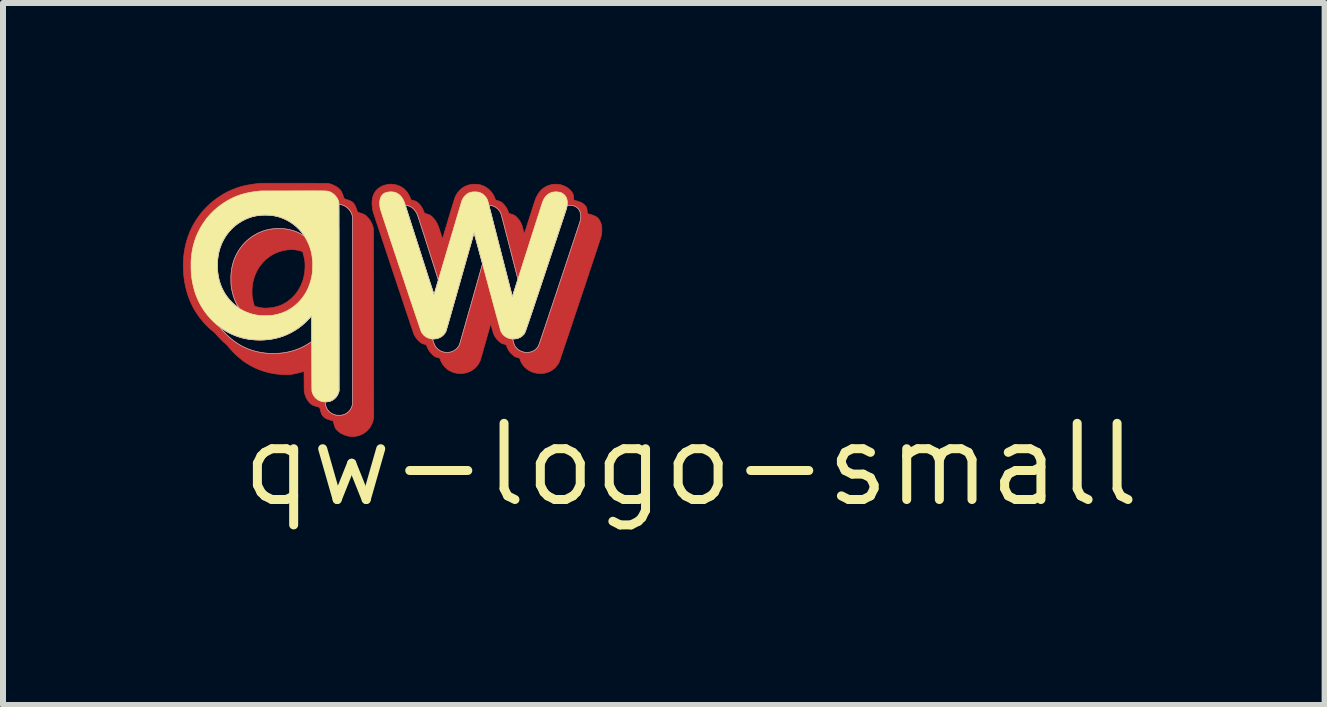
<source format=kicad_pcb>
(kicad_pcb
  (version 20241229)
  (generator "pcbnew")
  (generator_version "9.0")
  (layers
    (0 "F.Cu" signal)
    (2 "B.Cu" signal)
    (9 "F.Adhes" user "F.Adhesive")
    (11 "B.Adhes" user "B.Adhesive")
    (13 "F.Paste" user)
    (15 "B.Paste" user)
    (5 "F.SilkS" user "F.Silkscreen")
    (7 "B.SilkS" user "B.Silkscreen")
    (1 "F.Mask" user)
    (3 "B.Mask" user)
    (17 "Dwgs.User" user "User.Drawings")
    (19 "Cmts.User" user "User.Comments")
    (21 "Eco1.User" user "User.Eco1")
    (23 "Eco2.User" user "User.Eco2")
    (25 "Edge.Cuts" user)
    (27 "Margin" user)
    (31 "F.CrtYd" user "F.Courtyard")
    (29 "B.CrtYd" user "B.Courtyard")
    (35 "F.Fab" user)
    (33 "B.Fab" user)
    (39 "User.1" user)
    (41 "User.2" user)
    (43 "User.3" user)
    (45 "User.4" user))
  (footprint "qw-logo-small"
    (layer "F.Cu")
    (at 8.468 4.698)
    (property "Reference" "qw-logo-small" (at 0 0 0) (layer "F.SilkS") (effects (font (size 1.27 1.27) (thickness 0.15))))
    (attr through_hole)
    (fp_poly (pts (xy -6.555 -4.693) (xy -6.497 -4.693) (xy -6.443 -4.693) (xy -6.394 -4.693) (xy -6.35 -4.693) (xy -6.309 -4.693) (xy -6.272 -4.693) (xy -6.239 -4.692) (xy -6.209 -4.692) (xy -6.183 -4.692) (xy -6.159 -4.692) (xy -6.139 -4.692) (xy -6.12 -4.692) (xy -6.105 -4.692) (xy -6.091 -4.691) (xy -6.08 -4.691) (xy -6.071 -4.691) (xy -6.063 -4.691) (xy -6.056 -4.69) (xy -6.051 -4.69) (xy -6.046 -4.69) (xy -6.042 -4.689) (xy -6.039 -4.689) (xy -6.037 -4.688) (xy -6.035 -4.688) (xy -6.002 -4.679) (xy -5.969 -4.667) (xy -5.937 -4.652) (xy -5.908 -4.635) (xy -5.892 -4.624) (xy -5.876 -4.612) (xy -5.862 -4.6) (xy -5.85 -4.588) (xy -5.839 -4.576) (xy -5.83 -4.562) (xy -5.821 -4.546) (xy -5.813 -4.527) (xy -5.804 -4.505) (xy -5.795 -4.479) (xy -5.793 -4.473) (xy -5.788 -4.46) (xy -5.784 -4.449) (xy -5.78 -4.441) (xy -5.778 -4.436) (xy -5.778 -4.436) (xy -5.774 -4.434) (xy -5.767 -4.431) (xy -5.757 -4.428) (xy -5.745 -4.424) (xy -5.743 -4.423) (xy -5.712 -4.413) (xy -5.686 -4.403) (xy -5.663 -4.392) (xy -5.645 -4.381) (xy -5.63 -4.368) (xy -5.622 -4.36) (xy -5.613 -4.347) (xy -5.602 -4.33) (xy -5.592 -4.308) (xy -5.581 -4.282) (xy -5.572 -4.257) (xy -5.567 -4.244) (xy -5.563 -4.231) (xy -5.559 -4.222) (xy -5.557 -4.215) (xy -5.556 -4.214) (xy -5.553 -4.211) (xy -5.546 -4.207) (xy -5.539 -4.205) (xy -5.51 -4.197) (xy -5.484 -4.188) (xy -5.462 -4.179) (xy -5.444 -4.171) (xy -5.434 -4.166) (xy -5.425 -4.16) (xy -5.416 -4.153) (xy -5.407 -4.144) (xy -5.396 -4.134) (xy -5.368 -4.102) (xy -5.343 -4.067) (xy -5.323 -4.031) (xy -5.307 -3.994) (xy -5.296 -3.955) (xy -5.29 -3.917) (xy -5.29 -3.913) (xy -5.29 -3.905) (xy -5.29 -3.892) (xy -5.29 -3.874) (xy -5.289 -3.852) (xy -5.289 -3.825) (xy -5.289 -3.795) (xy -5.289 -3.76) (xy -5.289 -3.721) (xy -5.289 -3.678) (xy -5.289 -3.631) (xy -5.289 -3.581) (xy -5.289 -3.528) (xy -5.289 -3.471) (xy -5.289 -3.411) (xy -5.289 -3.348) (xy -5.289 -3.283) (xy -5.289 -3.214) (xy -5.288 -3.143) (xy -5.288 -3.07) (xy -5.288 -2.994) (xy -5.288 -2.916) (xy -5.288 -2.836) (xy -5.288 -2.754) (xy -5.288 -2.671) (xy -5.288 -2.585) (xy -5.288 -2.499) (xy -5.288 -2.411) (xy -5.288 -2.342) (xy -5.287 -0.781) (xy -5.293 -0.757) (xy -5.304 -0.716) (xy -5.319 -0.678) (xy -5.337 -0.643) (xy -5.358 -0.611) (xy -5.384 -0.581) (xy -5.388 -0.576) (xy -5.42 -0.548) (xy -5.454 -0.523) (xy -5.49 -0.504) (xy -5.529 -0.488) (xy -5.571 -0.477) (xy -5.591 -0.474) (xy -5.608 -0.472) (xy -5.626 -0.471) (xy -5.645 -0.47) (xy -5.662 -0.471) (xy -5.676 -0.472) (xy -5.72 -0.479) (xy -5.762 -0.491) (xy -5.802 -0.507) (xy -5.838 -0.526) (xy -5.871 -0.55) (xy -5.895 -0.571) (xy -5.907 -0.583) (xy -5.917 -0.596) (xy -5.925 -0.609) (xy -5.933 -0.624) (xy -5.94 -0.642) (xy -5.946 -0.663) (xy -5.952 -0.686) (xy -5.956 -0.7) (xy -5.96 -0.713) (xy -5.963 -0.723) (xy -5.966 -0.729) (xy -5.967 -0.732) (xy -5.971 -0.733) (xy -5.978 -0.736) (xy -5.987 -0.738) (xy -5.988 -0.738) (xy -6.018 -0.746) (xy -6.044 -0.754) (xy -6.066 -0.762) (xy -6.085 -0.771) (xy -6.101 -0.781) (xy -6.116 -0.792) (xy -6.124 -0.8) (xy -6.134 -0.811) (xy -6.143 -0.822) (xy -6.151 -0.834) (xy -6.157 -0.849) (xy -6.164 -0.865) (xy -6.17 -0.885) (xy -6.177 -0.909) (xy -6.189 -0.956) (xy -6.229 -0.967) (xy -6.256 -0.975) (xy -6.28 -0.983) (xy -6.3 -0.991) (xy -6.316 -1) (xy -6.331 -1.009) (xy -6.345 -1.02) (xy -6.358 -1.033) (xy -6.359 -1.035) (xy -6.368 -1.046) (xy -6.095 -1.046) (xy -6.093 -1.025) (xy -6.088 -0.992) (xy -6.078 -0.961) (xy -6.064 -0.932) (xy -6.046 -0.906) (xy -6.024 -0.883) (xy -5.999 -0.864) (xy -5.97 -0.848) (xy -5.939 -0.836) (xy -5.915 -0.829) (xy -5.902 -0.827) (xy -5.885 -0.826) (xy -5.867 -0.826) (xy -5.848 -0.826) (xy -5.83 -0.827) (xy -5.816 -0.829) (xy -5.815 -0.83) (xy -5.784 -0.838) (xy -5.757 -0.85) (xy -5.732 -0.866) (xy -5.712 -0.884) (xy -5.692 -0.904) (xy -5.676 -0.924) (xy -5.664 -0.946) (xy -5.654 -0.97) (xy -5.65 -0.982) (xy -5.643 -1.005) (xy -5.643 -4.139) (xy -5.648 -4.159) (xy -5.659 -4.187) (xy -5.673 -4.215) (xy -5.691 -4.241) (xy -5.711 -4.265) (xy -5.735 -4.287) (xy -5.759 -4.305) (xy -5.785 -4.319) (xy -5.794 -4.323) (xy -5.806 -4.327) (xy -5.821 -4.331) (xy -5.835 -4.335) (xy -5.848 -4.337) (xy -5.858 -4.338) (xy -5.859 -4.338) (xy -5.866 -4.338) (xy -5.864 -1.233) (xy -5.869 -1.213) (xy -5.881 -1.18) (xy -5.897 -1.151) (xy -5.916 -1.124) (xy -5.933 -1.107) (xy -5.957 -1.086) (xy -5.983 -1.07) (xy -6.011 -1.058) (xy -6.041 -1.051) (xy -6.071 -1.047) (xy -6.095 -1.046) (xy -6.368 -1.046) (xy -6.385 -1.067) (xy -6.406 -1.101) (xy -6.423 -1.139) (xy -6.437 -1.18) (xy -6.442 -1.2) (xy -6.443 -1.205) (xy -6.444 -1.21) (xy -6.445 -1.215) (xy -6.446 -1.221) (xy -6.446 -1.229) (xy -6.447 -1.238) (xy -6.447 -1.249) (xy -6.447 -1.263) (xy -6.448 -1.279) (xy -6.448 -1.299) (xy -6.448 -1.323) (xy -6.448 -1.351) (xy -6.448 -1.384) (xy -6.448 -1.389) (xy -6.449 -1.417) (xy -6.449 -1.444) (xy -6.449 -1.469) (xy -6.449 -1.492) (xy -6.45 -1.512) (xy -6.45 -1.528) (xy -6.45 -1.541) (xy -6.45 -1.55) (xy -6.451 -1.554) (xy -6.451 -1.554) (xy -6.454 -1.554) (xy -6.461 -1.552) (xy -6.471 -1.55) (xy -6.485 -1.546) (xy -6.5 -1.542) (xy -6.516 -1.538) (xy -6.554 -1.528) (xy -6.589 -1.52) (xy -6.62 -1.514) (xy -6.648 -1.509) (xy -6.675 -1.505) (xy -6.701 -1.503) (xy -6.728 -1.501) (xy -6.755 -1.501) (xy -6.783 -1.502) (xy -6.814 -1.503) (xy -6.821 -1.504) (xy -6.901 -1.511) (xy -6.979 -1.523) (xy -7.055 -1.54) (xy -7.129 -1.561) (xy -7.201 -1.586) (xy -7.27 -1.616) (xy -7.337 -1.65) (xy -7.401 -1.688) (xy -7.416 -1.697) (xy -7.475 -1.739) (xy -7.533 -1.786) (xy -7.589 -1.836) (xy -7.642 -1.889) (xy -7.691 -1.944) (xy -7.719 -1.977) (xy -7.727 -1.987) (xy -7.738 -1.998) (xy -7.75 -2.01) (xy -7.762 -2.021) (xy -7.763 -2.022) (xy -7.777 -2.034) (xy -7.794 -2.049) (xy -7.813 -2.067) (xy -7.832 -2.086) (xy -7.851 -2.106) (xy -7.87 -2.125) (xy -7.887 -2.143) (xy -7.902 -2.159) (xy -7.911 -2.169) (xy -7.923 -2.183) (xy -7.936 -2.197) (xy -7.949 -2.209) (xy -7.957 -2.216) (xy -8.018 -2.267) (xy -8.042 -2.29) (xy -7.846 -2.29) (xy -7.844 -2.287) (xy -7.84 -2.281) (xy -7.833 -2.272) (xy -7.824 -2.261) (xy -7.813 -2.249) (xy -7.802 -2.236) (xy -7.79 -2.223) (xy -7.778 -2.21) (xy -7.766 -2.198) (xy -7.756 -2.187) (xy -7.704 -2.137) (xy -7.652 -2.092) (xy -7.598 -2.051) (xy -7.542 -2.014) (xy -7.485 -1.981) (xy -7.425 -1.952) (xy -7.379 -1.932) (xy -7.322 -1.912) (xy -7.263 -1.894) (xy -7.202 -1.88) (xy -7.142 -1.869) (xy -7.083 -1.862) (xy -7.08 -1.862) (xy -7.067 -1.861) (xy -7.055 -1.86) (xy -7.045 -1.859) (xy -7.039 -1.858) (xy -7.038 -1.858) (xy -7.03 -1.858) (xy -7.017 -1.857) (xy -7.001 -1.857) (xy -6.983 -1.857) (xy -6.963 -1.857) (xy -6.942 -1.857) (xy -6.921 -1.858) (xy -6.901 -1.858) (xy -6.884 -1.859) (xy -6.868 -1.86) (xy -6.858 -1.861) (xy -6.79 -1.868) (xy -6.726 -1.879) (xy -6.664 -1.894) (xy -6.603 -1.912) (xy -6.542 -1.934) (xy -6.537 -1.936) (xy -6.501 -1.951) (xy -6.466 -1.968) (xy -6.433 -1.985) (xy -6.398 -2.006) (xy -6.362 -2.029) (xy -6.358 -2.031) (xy -6.322 -2.055) (xy -6.322 -2.477) (xy -6.331 -2.469) (xy -6.335 -2.465) (xy -6.342 -2.458) (xy -6.352 -2.449) (xy -6.363 -2.438) (xy -6.376 -2.425) (xy -6.39 -2.411) (xy -6.394 -2.407) (xy -6.421 -2.38) (xy -6.446 -2.357) (xy -6.469 -2.336) (xy -6.492 -2.317) (xy -6.515 -2.298) (xy -6.539 -2.28) (xy -6.566 -2.262) (xy -6.575 -2.256) (xy -6.637 -2.218) (xy -6.701 -2.184) (xy -6.767 -2.155) (xy -6.836 -2.13) (xy -6.906 -2.111) (xy -6.978 -2.095) (xy -7.052 -2.085) (xy -7.128 -2.079) (xy -7.186 -2.078) (xy -7.263 -2.08) (xy -7.338 -2.087) (xy -7.411 -2.098) (xy -7.482 -2.114) (xy -7.552 -2.135) (xy -7.619 -2.161) (xy -7.673 -2.185) (xy -7.705 -2.2) (xy -7.733 -2.215) (xy -7.758 -2.23) (xy -7.782 -2.245) (xy -7.806 -2.261) (xy -7.826 -2.276) (xy -7.835 -2.283) (xy -7.841 -2.287) (xy -7.845 -2.29) (xy -7.846 -2.29) (xy -8.042 -2.29) (xy -8.075 -2.322) (xy -8.13 -2.381) (xy -8.181 -2.443) (xy -8.228 -2.508) (xy -8.272 -2.575) (xy -8.278 -2.585) (xy -8.297 -2.62) (xy -8.317 -2.66) (xy -8.337 -2.702) (xy -8.355 -2.745) (xy -8.372 -2.789) (xy -8.387 -2.832) (xy -8.389 -2.837) (xy -8.411 -2.912) (xy -8.429 -2.99) (xy -8.444 -3.07) (xy -8.454 -3.15) (xy -8.46 -3.232) (xy -8.463 -3.314) (xy -8.462 -3.348) (xy -7.893 -3.348) (xy -7.892 -3.286) (xy -7.889 -3.225) (xy -7.881 -3.164) (xy -7.876 -3.137) (xy -7.862 -3.073) (xy -7.843 -3.012) (xy -7.82 -2.954) (xy -7.794 -2.9) (xy -7.763 -2.848) (xy -7.759 -2.841) (xy -7.723 -2.791) (xy -7.685 -2.745) (xy -7.643 -2.702) (xy -7.599 -2.662) (xy -7.563 -2.634) (xy -7.554 -2.627) (xy -7.545 -2.621) (xy -7.54 -2.616) (xy -7.537 -2.615) (xy -7.537 -2.615) (xy -7.538 -2.617) (xy -7.541 -2.623) (xy -7.546 -2.63) (xy -7.55 -2.637) (xy -7.573 -2.675) (xy -7.594 -2.717) (xy -7.612 -2.763) (xy -7.629 -2.811) (xy -7.643 -2.863) (xy -7.647 -2.88) (xy -7.316 -2.88) (xy -7.316 -2.855) (xy -7.315 -2.833) (xy -7.314 -2.813) (xy -7.311 -2.794) (xy -7.308 -2.772) (xy -7.303 -2.749) (xy -7.3 -2.733) (xy -7.296 -2.717) (xy -7.292 -2.701) (xy -7.288 -2.685) (xy -7.284 -2.671) (xy -7.28 -2.659) (xy -7.277 -2.65) (xy -7.275 -2.645) (xy -7.274 -2.644) (xy -7.271 -2.643) (xy -7.263 -2.64) (xy -7.252 -2.637) (xy -7.238 -2.634) (xy -7.224 -2.63) (xy -7.208 -2.627) (xy -7.193 -2.623) (xy -7.18 -2.62) (xy -7.169 -2.618) (xy -7.16 -2.616) (xy -7.159 -2.616) (xy -7.128 -2.613) (xy -7.097 -2.611) (xy -7.064 -2.612) (xy -7.033 -2.614) (xy -6.976 -2.621) (xy -6.921 -2.632) (xy -6.869 -2.647) (xy -6.819 -2.667) (xy -6.772 -2.692) (xy -6.738 -2.712) (xy -6.691 -2.747) (xy -6.647 -2.785) (xy -6.607 -2.827) (xy -6.571 -2.871) (xy -6.539 -2.919) (xy -6.511 -2.97) (xy -6.487 -3.023) (xy -6.467 -3.078) (xy -6.452 -3.136) (xy -6.448 -3.155) (xy -6.443 -3.184) (xy -6.439 -3.21) (xy -6.436 -3.237) (xy -6.434 -3.263) (xy -6.433 -3.293) (xy -6.433 -3.315) (xy -6.433 -3.336) (xy -6.433 -3.353) (xy -6.434 -3.368) (xy -6.435 -3.38) (xy -6.436 -3.393) (xy -6.438 -3.405) (xy -6.439 -3.41) (xy -6.442 -3.426) (xy -6.446 -3.446) (xy -6.45 -3.467) (xy -6.456 -3.49) (xy -6.461 -3.512) (xy -6.467 -3.531) (xy -6.47 -3.543) (xy -6.473 -3.555) (xy -6.499 -3.562) (xy -6.532 -3.571) (xy -6.563 -3.577) (xy -6.591 -3.582) (xy -6.618 -3.585) (xy -6.645 -3.586) (xy -6.673 -3.586) (xy -6.676 -3.586) (xy -6.734 -3.581) (xy -6.79 -3.572) (xy -6.843 -3.558) (xy -6.895 -3.54) (xy -6.945 -3.517) (xy -6.994 -3.49) (xy -7.042 -3.457) (xy -7.046 -3.454) (xy -7.089 -3.419) (xy -7.129 -3.379) (xy -7.165 -3.337) (xy -7.199 -3.291) (xy -7.228 -3.243) (xy -7.253 -3.192) (xy -7.274 -3.14) (xy -7.291 -3.086) (xy -7.291 -3.085) (xy -7.301 -3.042) (xy -7.308 -3.001) (xy -7.313 -2.959) (xy -7.315 -2.916) (xy -7.316 -2.88) (xy -7.647 -2.88) (xy -7.655 -2.916) (xy -7.664 -2.97) (xy -7.666 -2.985) (xy -7.667 -2.998) (xy -7.668 -3.016) (xy -7.669 -3.037) (xy -7.67 -3.06) (xy -7.67 -3.083) (xy -7.67 -3.107) (xy -7.67 -3.13) (xy -7.67 -3.151) (xy -7.669 -3.168) (xy -7.668 -3.176) (xy -7.661 -3.242) (xy -7.65 -3.305) (xy -7.635 -3.366) (xy -7.616 -3.423) (xy -7.592 -3.479) (xy -7.564 -3.534) (xy -7.532 -3.586) (xy -7.525 -3.596) (xy -7.488 -3.646) (xy -7.447 -3.693) (xy -7.403 -3.737) (xy -7.356 -3.776) (xy -7.307 -3.812) (xy -7.254 -3.844) (xy -7.2 -3.871) (xy -7.143 -3.894) (xy -7.085 -3.913) (xy -7.026 -3.926) (xy -7.012 -3.929) (xy -6.987 -3.933) (xy -6.963 -3.936) (xy -6.94 -3.938) (xy -6.915 -3.939) (xy -6.888 -3.939) (xy -6.858 -3.939) (xy -6.851 -3.939) (xy -6.822 -3.938) (xy -6.797 -3.937) (xy -6.775 -3.935) (xy -6.754 -3.933) (xy -6.733 -3.93) (xy -6.711 -3.925) (xy -6.692 -3.921) (xy -6.655 -3.912) (xy -6.618 -3.901) (xy -6.58 -3.887) (xy -6.544 -3.872) (xy -6.51 -3.855) (xy -6.479 -3.838) (xy -6.462 -3.828) (xy -6.456 -3.824) (xy -6.452 -3.822) (xy -6.452 -3.822) (xy -6.453 -3.825) (xy -6.458 -3.832) (xy -6.464 -3.841) (xy -6.473 -3.853) (xy -6.483 -3.866) (xy -6.494 -3.879) (xy -6.506 -3.893) (xy -6.517 -3.907) (xy -6.528 -3.919) (xy -6.531 -3.922) (xy -6.563 -3.955) (xy -6.599 -3.986) (xy -6.639 -4.017) (xy -6.681 -4.045) (xy -6.724 -4.071) (xy -6.769 -4.093) (xy -6.809 -4.111) (xy -6.864 -4.129) (xy -6.921 -4.144) (xy -6.979 -4.154) (xy -7.039 -4.16) (xy -7.1 -4.162) (xy -7.16 -4.16) (xy -7.221 -4.153) (xy -7.28 -4.142) (xy -7.33 -4.128) (xy -7.379 -4.111) (xy -7.429 -4.09) (xy -7.478 -4.065) (xy -7.525 -4.037) (xy -7.56 -4.013) (xy -7.609 -3.974) (xy -7.655 -3.931) (xy -7.698 -3.885) (xy -7.736 -3.835) (xy -7.771 -3.783) (xy -7.802 -3.728) (xy -7.828 -3.67) (xy -7.85 -3.61) (xy -7.857 -3.586) (xy -7.871 -3.53) (xy -7.882 -3.471) (xy -7.889 -3.411) (xy -7.893 -3.348) (xy -8.462 -3.348) (xy -8.461 -3.396) (xy -8.455 -3.476) (xy -8.445 -3.555) (xy -8.431 -3.632) (xy -8.425 -3.66) (xy -8.404 -3.74) (xy -8.378 -3.818) (xy -8.349 -3.893) (xy -8.315 -3.965) (xy -8.276 -4.035) (xy -8.233 -4.103) (xy -8.185 -4.169) (xy -8.138 -4.227) (xy -8.087 -4.284) (xy -8.032 -4.337) (xy -7.973 -4.388) (xy -7.912 -4.435) (xy -7.848 -4.479) (xy -7.783 -4.519) (xy -7.715 -4.555) (xy -7.646 -4.586) (xy -7.576 -4.613) (xy -7.548 -4.623) (xy -7.512 -4.634) (xy -7.476 -4.643) (xy -7.441 -4.652) (xy -7.404 -4.66) (xy -7.365 -4.667) (xy -7.324 -4.674) (xy -7.279 -4.68) (xy -7.238 -4.686) (xy -7.179 -4.693) (xy -6.618 -4.693) (xy -6.555 -4.693)) (stroke (width 0.01) (type solid)) (fill yes) (layer "F.Cu"))
    (fp_poly (pts (xy -4.98 -4.677) (xy -4.937 -4.672) (xy -4.897 -4.662) (xy -4.859 -4.648) (xy -4.824 -4.63) (xy -4.791 -4.608) (xy -4.765 -4.585) (xy -4.742 -4.56) (xy -4.72 -4.531) (xy -4.7 -4.496) (xy -4.681 -4.458) (xy -4.673 -4.439) (xy -4.665 -4.417) (xy -4.632 -4.408) (xy -4.611 -4.402) (xy -4.593 -4.396) (xy -4.579 -4.389) (xy -4.566 -4.382) (xy -4.554 -4.373) (xy -4.542 -4.362) (xy -4.537 -4.357) (xy -4.516 -4.335) (xy -4.498 -4.31) (xy -4.481 -4.283) (xy -4.465 -4.252) (xy -4.45 -4.217) (xy -4.44 -4.193) (xy -4.406 -4.183) (xy -4.387 -4.177) (xy -4.371 -4.171) (xy -4.358 -4.166) (xy -4.348 -4.161) (xy -4.338 -4.154) (xy -4.329 -4.148) (xy -4.303 -4.124) (xy -4.278 -4.096) (xy -4.255 -4.064) (xy -4.234 -4.029) (xy -4.23 -4.021) (xy -4.225 -4.01) (xy -4.22 -3.999) (xy -4.215 -3.987) (xy -4.21 -3.975) (xy -4.205 -3.962) (xy -4.199 -3.946) (xy -4.193 -3.928) (xy -4.186 -3.907) (xy -4.178 -3.882) (xy -4.17 -3.857) (xy -4.162 -3.832) (xy -4.155 -3.81) (xy -4.15 -3.794) (xy -4.145 -3.782) (xy -4.142 -3.774) (xy -4.14 -3.771) (xy -4.14 -3.771) (xy -4.139 -3.774) (xy -4.136 -3.782) (xy -4.133 -3.793) (xy -4.128 -3.809) (xy -4.122 -3.829) (xy -4.115 -3.852) (xy -4.108 -3.878) (xy -4.099 -3.907) (xy -4.089 -3.939) (xy -4.079 -3.973) (xy -4.069 -4.009) (xy -4.057 -4.046) (xy -4.046 -4.086) (xy -4.04 -4.106) (xy -4.027 -4.149) (xy -4.015 -4.19) (xy -4.003 -4.23) (xy -3.992 -4.267) (xy -3.981 -4.302) (xy -3.975 -4.322) (xy -3.365 -4.322) (xy -3.365 -4.319) (xy -3.364 -4.318) (xy -3.364 -4.316) (xy -3.362 -4.308) (xy -3.359 -4.296) (xy -3.355 -4.28) (xy -3.349 -4.26) (xy -3.343 -4.236) (xy -3.336 -4.209) (xy -3.328 -4.178) (xy -3.32 -4.145) (xy -3.31 -4.108) (xy -3.3 -4.069) (xy -3.289 -4.027) (xy -3.278 -3.983) (xy -3.266 -3.938) (xy -3.254 -3.89) (xy -3.242 -3.842) (xy -3.229 -3.792) (xy -3.216 -3.741) (xy -3.203 -3.689) (xy -3.189 -3.637) (xy -3.176 -3.584) (xy -3.162 -3.531) (xy -3.149 -3.479) (xy -3.135 -3.427) (xy -3.122 -3.375) (xy -3.109 -3.325) (xy -3.096 -3.275) (xy -3.084 -3.227) (xy -3.072 -3.18) (xy -3.061 -3.136) (xy -3.05 -3.093) (xy -3.039 -3.052) (xy -3.029 -3.014) (xy -3.02 -2.979) (xy -3.012 -2.946) (xy -3.004 -2.917) (xy -2.998 -2.891) (xy -2.992 -2.869) (xy -2.987 -2.851) (xy -2.984 -2.836) (xy -2.981 -2.826) (xy -2.98 -2.822) (xy -2.978 -2.814) (xy -2.976 -2.809) (xy -2.976 -2.807) (xy -2.975 -2.81) (xy -2.972 -2.817) (xy -2.969 -2.828) (xy -2.964 -2.842) (xy -2.959 -2.86) (xy -2.952 -2.88) (xy -2.945 -2.902) (xy -2.937 -2.927) (xy -2.93 -2.949) (xy -2.885 -3.091) (xy -3.021 -3.622) (xy -3.034 -3.674) (xy -3.047 -3.724) (xy -3.06 -3.772) (xy -3.072 -3.819) (xy -3.084 -3.864) (xy -3.095 -3.908) (xy -3.105 -3.948) (xy -3.115 -3.987) (xy -3.124 -4.022) (xy -3.133 -4.055) (xy -3.14 -4.084) (xy -3.147 -4.109) (xy -3.153 -4.131) (xy -3.158 -4.149) (xy -3.161 -4.163) (xy -3.164 -4.172) (xy -3.165 -4.177) (xy -3.175 -4.201) (xy -3.186 -4.222) (xy -3.201 -4.242) (xy -3.219 -4.262) (xy -3.233 -4.274) (xy -3.258 -4.292) (xy -3.284 -4.306) (xy -3.314 -4.316) (xy -3.346 -4.322) (xy -3.35 -4.322) (xy -3.359 -4.323) (xy -3.363 -4.323) (xy -3.365 -4.322) (xy -3.975 -4.322) (xy -3.971 -4.334) (xy -3.962 -4.363) (xy -3.954 -4.389) (xy -3.947 -4.411) (xy -3.942 -4.43) (xy -3.937 -4.444) (xy -3.934 -4.455) (xy -3.932 -4.46) (xy -3.912 -4.499) (xy -3.889 -4.535) (xy -3.862 -4.568) (xy -3.832 -4.597) (xy -3.814 -4.612) (xy -3.8 -4.622) (xy -3.782 -4.632) (xy -3.763 -4.642) (xy -3.743 -4.651) (xy -3.724 -4.658) (xy -3.712 -4.662) (xy -3.671 -4.672) (xy -3.63 -4.677) (xy -3.588 -4.677) (xy -3.548 -4.674) (xy -3.508 -4.666) (xy -3.47 -4.654) (xy -3.435 -4.638) (xy -3.426 -4.632) (xy -3.39 -4.609) (xy -3.358 -4.582) (xy -3.329 -4.551) (xy -3.304 -4.518) (xy -3.283 -4.482) (xy -3.267 -4.444) (xy -3.264 -4.436) (xy -3.261 -4.427) (xy -3.258 -4.419) (xy -3.256 -4.414) (xy -3.256 -4.413) (xy -3.253 -4.412) (xy -3.246 -4.41) (xy -3.237 -4.407) (xy -3.225 -4.404) (xy -3.221 -4.403) (xy -3.201 -4.397) (xy -3.184 -4.391) (xy -3.17 -4.385) (xy -3.157 -4.377) (xy -3.144 -4.367) (xy -3.141 -4.365) (xy -3.113 -4.336) (xy -3.087 -4.304) (xy -3.066 -4.269) (xy -3.048 -4.231) (xy -3.043 -4.216) (xy -3.034 -4.19) (xy -3.001 -4.181) (xy -2.981 -4.175) (xy -2.964 -4.169) (xy -2.951 -4.163) (xy -2.939 -4.157) (xy -2.927 -4.149) (xy -2.918 -4.141) (xy -2.891 -4.115) (xy -2.867 -4.086) (xy -2.845 -4.054) (xy -2.828 -4.021) (xy -2.818 -3.998) (xy -2.816 -3.99) (xy -2.812 -3.979) (xy -2.808 -3.964) (xy -2.804 -3.947) (xy -2.799 -3.929) (xy -2.796 -3.918) (xy -2.792 -3.901) (xy -2.788 -3.886) (xy -2.785 -3.872) (xy -2.782 -3.862) (xy -2.78 -3.855) (xy -2.779 -3.852) (xy -2.778 -3.854) (xy -2.776 -3.86) (xy -2.772 -3.872) (xy -2.766 -3.888) (xy -2.759 -3.909) (xy -2.75 -3.935) (xy -2.74 -3.965) (xy -2.729 -4.001) (xy -2.716 -4.041) (xy -2.701 -4.087) (xy -2.69 -4.123) (xy -2.675 -4.168) (xy -2.662 -4.209) (xy -2.651 -4.245) (xy -2.64 -4.278) (xy -2.631 -4.307) (xy -2.623 -4.332) (xy -2.616 -4.354) (xy -2.609 -4.374) (xy -2.604 -4.39) (xy -2.599 -4.405) (xy -2.594 -4.417) (xy -2.59 -4.428) (xy -2.587 -4.437) (xy -2.584 -4.445) (xy -2.581 -4.452) (xy -2.578 -4.459) (xy -2.575 -4.465) (xy -2.572 -4.471) (xy -2.57 -4.474) (xy -2.553 -4.505) (xy -2.533 -4.535) (xy -2.511 -4.563) (xy -2.487 -4.587) (xy -2.463 -4.608) (xy -2.45 -4.617) (xy -2.415 -4.638) (xy -2.377 -4.655) (xy -2.337 -4.667) (xy -2.313 -4.673) (xy -2.295 -4.675) (xy -2.273 -4.677) (xy -2.25 -4.677) (xy -2.228 -4.676) (xy -2.207 -4.675) (xy -2.193 -4.673) (xy -2.155 -4.664) (xy -2.119 -4.651) (xy -2.085 -4.635) (xy -2.054 -4.616) (xy -2.026 -4.594) (xy -2.001 -4.569) (xy -1.981 -4.542) (xy -1.968 -4.52) (xy -1.963 -4.51) (xy -1.96 -4.5) (xy -1.957 -4.489) (xy -1.955 -4.475) (xy -1.954 -4.459) (xy -1.953 -4.449) (xy -1.953 -4.437) (xy -1.952 -4.426) (xy -1.951 -4.418) (xy -1.95 -4.414) (xy -1.95 -4.413) (xy -1.947 -4.412) (xy -1.941 -4.41) (xy -1.931 -4.407) (xy -1.919 -4.404) (xy -1.917 -4.403) (xy -1.887 -4.394) (xy -1.861 -4.386) (xy -1.839 -4.377) (xy -1.82 -4.368) (xy -1.803 -4.358) (xy -1.789 -4.347) (xy -1.775 -4.335) (xy -1.773 -4.333) (xy -1.76 -4.32) (xy -1.751 -4.309) (xy -1.744 -4.298) (xy -1.743 -4.295) (xy -1.739 -4.286) (xy -1.735 -4.276) (xy -1.733 -4.266) (xy -1.731 -4.254) (xy -1.73 -4.239) (xy -1.728 -4.221) (xy -1.727 -4.206) (xy -1.726 -4.195) (xy -1.725 -4.189) (xy -1.724 -4.187) (xy -1.72 -4.186) (xy -1.713 -4.184) (xy -1.703 -4.181) (xy -1.69 -4.178) (xy -1.68 -4.175) (xy -1.65 -4.166) (xy -1.623 -4.156) (xy -1.601 -4.146) (xy -1.581 -4.136) (xy -1.564 -4.124) (xy -1.549 -4.111) (xy -1.542 -4.103) (xy -1.527 -4.084) (xy -1.514 -4.061) (xy -1.502 -4.033) (xy -1.493 -4.004) (xy -1.49 -3.991) (xy -1.488 -3.98) (xy -1.486 -3.97) (xy -1.485 -3.957) (xy -1.484 -3.943) (xy -1.484 -3.931) (xy -1.484 -3.896) (xy -1.486 -3.864) (xy -1.491 -3.832) (xy -1.497 -3.803) (xy -1.499 -3.798) (xy -1.502 -3.789) (xy -1.506 -3.775) (xy -1.512 -3.757) (xy -1.519 -3.736) (xy -1.528 -3.71) (xy -1.537 -3.68) (xy -1.548 -3.648) (xy -1.56 -3.612) (xy -1.573 -3.573) (xy -1.587 -3.531) (xy -1.601 -3.486) (xy -1.617 -3.439) (xy -1.633 -3.39) (xy -1.651 -3.338) (xy -1.668 -3.285) (xy -1.687 -3.23) (xy -1.705 -3.173) (xy -1.725 -3.115) (xy -1.744 -3.056) (xy -1.764 -2.996) (xy -1.784 -2.936) (xy -1.805 -2.874) (xy -1.825 -2.813) (xy -1.846 -2.751) (xy -1.867 -2.689) (xy -1.887 -2.627) (xy -1.908 -2.566) (xy -1.928 -2.506) (xy -1.948 -2.446) (xy -1.968 -2.387) (xy -1.987 -2.329) (xy -2.006 -2.273) (xy -2.024 -2.218) (xy -2.042 -2.165) (xy -2.059 -2.114) (xy -2.076 -2.065) (xy -2.091 -2.018) (xy -2.106 -1.974) (xy -2.12 -1.933) (xy -2.133 -1.894) (xy -2.145 -1.859) (xy -2.156 -1.826) (xy -2.166 -1.798) (xy -2.174 -1.772) (xy -2.181 -1.751) (xy -2.187 -1.734) (xy -2.192 -1.721) (xy -2.195 -1.712) (xy -2.196 -1.708) (xy -2.196 -1.708) (xy -2.216 -1.675) (xy -2.24 -1.643) (xy -2.261 -1.62) (xy -2.285 -1.598) (xy -2.309 -1.579) (xy -2.335 -1.563) (xy -2.363 -1.55) (xy -2.392 -1.539) (xy -2.42 -1.531) (xy -2.446 -1.525) (xy -2.473 -1.522) (xy -2.502 -1.521) (xy -2.511 -1.521) (xy -2.553 -1.523) (xy -2.594 -1.53) (xy -2.633 -1.541) (xy -2.67 -1.556) (xy -2.705 -1.575) (xy -2.737 -1.597) (xy -2.767 -1.623) (xy -2.793 -1.652) (xy -2.815 -1.684) (xy -2.834 -1.719) (xy -2.846 -1.75) (xy -2.849 -1.76) (xy -2.853 -1.769) (xy -2.855 -1.775) (xy -2.856 -1.777) (xy -2.859 -1.778) (xy -2.865 -1.78) (xy -2.875 -1.783) (xy -2.887 -1.786) (xy -2.887 -1.786) (xy -2.906 -1.791) (xy -2.922 -1.797) (xy -2.935 -1.803) (xy -2.947 -1.811) (xy -2.959 -1.82) (xy -2.988 -1.846) (xy -3.013 -1.871) (xy -3.033 -1.898) (xy -3.05 -1.927) (xy -3.065 -1.959) (xy -3.071 -1.976) (xy -3.075 -1.987) (xy -3.078 -1.995) (xy -3.081 -2.001) (xy -3.082 -2.002) (xy -3.086 -2.003) (xy -3.093 -2.005) (xy -3.103 -2.008) (xy -3.109 -2.009) (xy -3.126 -2.014) (xy -3.14 -2.018) (xy -3.151 -2.022) (xy -3.161 -2.028) (xy -3.172 -2.035) (xy -3.176 -2.038) (xy -3.206 -2.063) (xy -3.233 -2.091) (xy -3.235 -2.095) (xy -2.969 -2.095) (xy -2.968 -2.088) (xy -2.963 -2.071) (xy -2.958 -2.053) (xy -2.952 -2.034) (xy -2.947 -2.018) (xy -2.942 -2.003) (xy -2.937 -1.991) (xy -2.935 -1.986) (xy -2.926 -1.972) (xy -2.914 -1.956) (xy -2.9 -1.941) (xy -2.885 -1.927) (xy -2.87 -1.916) (xy -2.867 -1.914) (xy -2.844 -1.9) (xy -2.818 -1.889) (xy -2.792 -1.881) (xy -2.787 -1.879) (xy -2.766 -1.876) (xy -2.743 -1.875) (xy -2.719 -1.875) (xy -2.697 -1.877) (xy -2.687 -1.878) (xy -2.656 -1.887) (xy -2.626 -1.9) (xy -2.6 -1.916) (xy -2.576 -1.937) (xy -2.556 -1.961) (xy -2.54 -1.986) (xy -2.539 -1.99) (xy -2.536 -1.998) (xy -2.531 -2.011) (xy -2.525 -2.029) (xy -2.518 -2.05) (xy -2.509 -2.075) (xy -2.5 -2.104) (xy -2.489 -2.136) (xy -2.477 -2.171) (xy -2.464 -2.21) (xy -2.45 -2.251) (xy -2.435 -2.296) (xy -2.419 -2.342) (xy -2.403 -2.391) (xy -2.385 -2.443) (xy -2.368 -2.496) (xy -2.349 -2.551) (xy -2.33 -2.607) (xy -2.311 -2.665) (xy -2.291 -2.724) (xy -2.271 -2.783) (xy -2.251 -2.844) (xy -2.231 -2.905) (xy -2.21 -2.967) (xy -2.189 -3.029) (xy -2.169 -3.091) (xy -2.148 -3.152) (xy -2.128 -3.214) (xy -2.108 -3.274) (xy -2.088 -3.334) (xy -2.068 -3.393) (xy -2.049 -3.451) (xy -2.03 -3.508) (xy -2.012 -3.563) (xy -1.994 -3.616) (xy -1.977 -3.667) (xy -1.961 -3.717) (xy -1.946 -3.763) (xy -1.931 -3.808) (xy -1.917 -3.85) (xy -1.904 -3.888) (xy -1.893 -3.924) (xy -1.882 -3.957) (xy -1.872 -3.986) (xy -1.864 -4.011) (xy -1.857 -4.033) (xy -1.852 -4.05) (xy -1.847 -4.064) (xy -1.845 -4.073) (xy -1.844 -4.077) (xy -1.84 -4.096) (xy -1.838 -4.117) (xy -1.837 -4.139) (xy -1.838 -4.161) (xy -1.84 -4.18) (xy -1.843 -4.195) (xy -1.852 -4.223) (xy -1.866 -4.249) (xy -1.883 -4.271) (xy -1.903 -4.289) (xy -1.926 -4.303) (xy -1.941 -4.31) (xy -1.957 -4.315) (xy -1.974 -4.319) (xy -1.994 -4.321) (xy -2.016 -4.322) (xy -2.032 -4.323) (xy -2.045 -4.323) (xy -2.053 -4.322) (xy -2.059 -4.32) (xy -2.063 -4.317) (xy -2.065 -4.313) (xy -2.066 -4.307) (xy -2.066 -4.306) (xy -2.067 -4.297) (xy -2.07 -4.286) (xy -2.073 -4.274) (xy -2.073 -4.273) (xy -2.074 -4.269) (xy -2.077 -4.259) (xy -2.082 -4.246) (xy -2.087 -4.228) (xy -2.094 -4.206) (xy -2.103 -4.18) (xy -2.113 -4.151) (xy -2.123 -4.118) (xy -2.135 -4.082) (xy -2.148 -4.044) (xy -2.162 -4.002) (xy -2.177 -3.957) (xy -2.192 -3.91) (xy -2.209 -3.861) (xy -2.226 -3.81) (xy -2.243 -3.757) (xy -2.261 -3.702) (xy -2.28 -3.646) (xy -2.299 -3.588) (xy -2.319 -3.53) (xy -2.339 -3.47) (xy -2.359 -3.41) (xy -2.379 -3.349) (xy -2.4 -3.288) (xy -2.42 -3.226) (xy -2.441 -3.165) (xy -2.461 -3.104) (xy -2.481 -3.044) (xy -2.501 -2.983) (xy -2.521 -2.924) (xy -2.541 -2.866) (xy -2.56 -2.809) (xy -2.578 -2.754) (xy -2.596 -2.7) (xy -2.614 -2.647) (xy -2.631 -2.597) (xy -2.647 -2.549) (xy -2.662 -2.503) (xy -2.677 -2.46) (xy -2.69 -2.419) (xy -2.703 -2.382) (xy -2.715 -2.348) (xy -2.725 -2.316) (xy -2.735 -2.289) (xy -2.743 -2.265) (xy -2.749 -2.245) (xy -2.755 -2.229) (xy -2.759 -2.217) (xy -2.762 -2.21) (xy -2.763 -2.208) (xy -2.779 -2.181) (xy -2.8 -2.158) (xy -2.824 -2.138) (xy -2.851 -2.121) (xy -2.88 -2.109) (xy -2.913 -2.1) (xy -2.944 -2.096) (xy -2.969 -2.095) (xy -3.235 -2.095) (xy -3.256 -2.121) (xy -3.275 -2.153) (xy -3.289 -2.182) (xy -3.291 -2.189) (xy -3.295 -2.201) (xy -3.299 -2.215) (xy -3.304 -2.233) (xy -3.31 -2.252) (xy -3.315 -2.271) (xy -3.316 -2.275) (xy -3.321 -2.294) (xy -3.326 -2.31) (xy -3.33 -2.325) (xy -3.333 -2.336) (xy -3.335 -2.345) (xy -3.336 -2.348) (xy -3.337 -2.349) (xy -3.337 -2.346) (xy -3.339 -2.339) (xy -3.343 -2.328) (xy -3.347 -2.313) (xy -3.352 -2.294) (xy -3.359 -2.271) (xy -3.366 -2.246) (xy -3.374 -2.218) (xy -3.383 -2.187) (xy -3.392 -2.154) (xy -3.402 -2.119) (xy -3.412 -2.083) (xy -3.419 -2.06) (xy -3.429 -2.022) (xy -3.44 -1.986) (xy -3.45 -1.951) (xy -3.459 -1.918) (xy -3.468 -1.886) (xy -3.476 -1.857) (xy -3.484 -1.831) (xy -3.49 -1.808) (xy -3.496 -1.789) (xy -3.501 -1.773) (xy -3.504 -1.761) (xy -3.506 -1.753) (xy -3.507 -1.751) (xy -3.521 -1.716) (xy -3.539 -1.683) (xy -3.562 -1.651) (xy -3.588 -1.622) (xy -3.617 -1.596) (xy -3.649 -1.573) (xy -3.661 -1.566) (xy -3.696 -1.55) (xy -3.733 -1.536) (xy -3.772 -1.527) (xy -3.806 -1.522) (xy -3.824 -1.52) (xy -3.839 -1.519) (xy -3.853 -1.52) (xy -3.869 -1.521) (xy -3.88 -1.522) (xy -3.921 -1.528) (xy -3.962 -1.54) (xy -4.003 -1.557) (xy -4.037 -1.575) (xy -4.048 -1.582) (xy -4.058 -1.589) (xy -4.069 -1.598) (xy -4.081 -1.61) (xy -4.092 -1.62) (xy -4.104 -1.632) (xy -4.115 -1.645) (xy -4.125 -1.657) (xy -4.134 -1.667) (xy -4.137 -1.672) (xy -4.148 -1.689) (xy -4.158 -1.708) (xy -4.168 -1.728) (xy -4.176 -1.746) (xy -4.181 -1.759) (xy -4.187 -1.778) (xy -4.207 -1.783) (xy -4.227 -1.788) (xy -4.243 -1.793) (xy -4.255 -1.797) (xy -4.266 -1.802) (xy -4.275 -1.807) (xy -4.284 -1.814) (xy -4.294 -1.823) (xy -4.3 -1.828) (xy -4.33 -1.858) (xy -4.356 -1.889) (xy -4.377 -1.921) (xy -4.394 -1.956) (xy -4.402 -1.975) (xy -4.406 -1.985) (xy -4.409 -1.993) (xy -4.411 -1.998) (xy -4.412 -2) (xy -4.415 -2.001) (xy -4.422 -2.003) (xy -4.432 -2.006) (xy -4.443 -2.009) (xy -4.464 -2.015) (xy -4.481 -2.022) (xy -4.496 -2.03) (xy -4.51 -2.039) (xy -4.522 -2.05) (xy -4.553 -2.079) (xy -4.565 -2.095) (xy -4.305 -2.095) (xy -4.304 -2.091) (xy -4.302 -2.083) (xy -4.299 -2.073) (xy -4.294 -2.06) (xy -4.289 -2.047) (xy -4.284 -2.033) (xy -4.279 -2.02) (xy -4.275 -2.009) (xy -4.271 -2) (xy -4.269 -1.995) (xy -4.252 -1.967) (xy -4.231 -1.941) (xy -4.207 -1.92) (xy -4.179 -1.902) (xy -4.149 -1.888) (xy -4.119 -1.88) (xy -4.104 -1.877) (xy -4.085 -1.875) (xy -4.066 -1.875) (xy -4.047 -1.875) (xy -4.03 -1.876) (xy -4.024 -1.877) (xy -3.994 -1.885) (xy -3.965 -1.896) (xy -3.938 -1.912) (xy -3.914 -1.93) (xy -3.893 -1.951) (xy -3.875 -1.974) (xy -3.861 -1.999) (xy -3.855 -2.015) (xy -3.854 -2.019) (xy -3.851 -2.027) (xy -3.848 -2.04) (xy -3.843 -2.057) (xy -3.837 -2.078) (xy -3.83 -2.103) (xy -3.822 -2.131) (xy -3.813 -2.163) (xy -3.803 -2.199) (xy -3.792 -2.237) (xy -3.78 -2.278) (xy -3.768 -2.322) (xy -3.754 -2.368) (xy -3.741 -2.417) (xy -3.726 -2.467) (xy -3.711 -2.519) (xy -3.696 -2.573) (xy -3.68 -2.629) (xy -3.664 -2.686) (xy -3.663 -2.69) (xy -3.475 -3.352) (xy -3.544 -3.608) (xy -3.554 -3.643) (xy -3.563 -3.676) (xy -3.571 -3.708) (xy -3.58 -3.738) (xy -3.587 -3.765) (xy -3.594 -3.79) (xy -3.6 -3.812) (xy -3.605 -3.83) (xy -3.609 -3.845) (xy -3.612 -3.855) (xy -3.614 -3.862) (xy -3.614 -3.863) (xy -3.615 -3.861) (xy -3.618 -3.854) (xy -3.621 -3.844) (xy -3.625 -3.831) (xy -3.629 -3.815) (xy -3.634 -3.798) (xy -3.634 -3.798) (xy -3.654 -3.728) (xy -3.674 -3.657) (xy -3.694 -3.586) (xy -3.714 -3.515) (xy -3.734 -3.444) (xy -3.754 -3.374) (xy -3.774 -3.304) (xy -3.794 -3.235) (xy -3.813 -3.167) (xy -3.832 -3.1) (xy -3.851 -3.034) (xy -3.869 -2.969) (xy -3.887 -2.906) (xy -3.905 -2.844) (xy -3.921 -2.785) (xy -3.938 -2.727) (xy -3.954 -2.672) (xy -3.969 -2.619) (xy -3.983 -2.569) (xy -3.996 -2.522) (xy -4.009 -2.477) (xy -4.021 -2.435) (xy -4.032 -2.397) (xy -4.042 -2.362) (xy -4.051 -2.331) (xy -4.059 -2.304) (xy -4.065 -2.28) (xy -4.071 -2.261) (xy -4.075 -2.246) (xy -4.079 -2.235) (xy -4.08 -2.229) (xy -4.081 -2.228) (xy -4.091 -2.208) (xy -4.104 -2.187) (xy -4.121 -2.167) (xy -4.141 -2.148) (xy -4.162 -2.133) (xy -4.17 -2.127) (xy -4.194 -2.115) (xy -4.222 -2.106) (xy -4.25 -2.099) (xy -4.279 -2.096) (xy -4.29 -2.095) (xy -4.298 -2.095) (xy -4.304 -2.095) (xy -4.305 -2.095) (xy -4.565 -2.095) (xy -4.58 -2.112) (xy -4.603 -2.148) (xy -4.614 -2.169) (xy -4.616 -2.174) (xy -4.619 -2.183) (xy -4.624 -2.197) (xy -4.631 -2.216) (xy -4.638 -2.239) (xy -4.648 -2.267) (xy -4.659 -2.299) (xy -4.672 -2.336) (xy -4.686 -2.378) (xy -4.701 -2.425) (xy -4.719 -2.476) (xy -4.738 -2.532) (xy -4.758 -2.593) (xy -4.78 -2.658) (xy -4.803 -2.728) (xy -4.828 -2.803) (xy -4.855 -2.883) (xy -4.883 -2.967) (xy -4.913 -3.057) (xy -4.944 -3.151) (xy -4.959 -3.195) (xy -4.982 -3.265) (xy -5.005 -3.333) (xy -5.027 -3.4) (xy -5.049 -3.466) (xy -5.07 -3.529) (xy -5.091 -3.592) (xy -5.111 -3.652) (xy -5.13 -3.71) (xy -5.149 -3.766) (xy -5.167 -3.819) (xy -5.183 -3.87) (xy -5.199 -3.918) (xy -5.214 -3.963) (xy -5.228 -4.005) (xy -5.241 -4.043) (xy -5.253 -4.079) (xy -5.263 -4.11) (xy -5.272 -4.138) (xy -5.28 -4.162) (xy -5.287 -4.182) (xy -5.292 -4.198) (xy -5.296 -4.209) (xy -5.298 -4.216) (xy -5.298 -4.218) (xy -5.305 -4.249) (xy -5.31 -4.281) (xy -5.314 -4.315) (xy -5.314 -4.32) (xy -4.757 -4.32) (xy -4.757 -4.317) (xy -4.755 -4.313) (xy -4.752 -4.304) (xy -4.748 -4.29) (xy -4.743 -4.273) (xy -4.736 -4.252) (xy -4.728 -4.227) (xy -4.719 -4.199) (xy -4.709 -4.168) (xy -4.698 -4.133) (xy -4.687 -4.097) (xy -4.674 -4.057) (xy -4.661 -4.016) (xy -4.647 -3.972) (xy -4.632 -3.926) (xy -4.617 -3.879) (xy -4.602 -3.831) (xy -4.586 -3.782) (xy -4.57 -3.731) (xy -4.553 -3.68) (xy -4.537 -3.629) (xy -4.52 -3.577) (xy -4.503 -3.525) (xy -4.487 -3.474) (xy -4.471 -3.423) (xy -4.454 -3.373) (xy -4.438 -3.323) (xy -4.423 -3.275) (xy -4.408 -3.228) (xy -4.393 -3.183) (xy -4.379 -3.139) (xy -4.366 -3.098) (xy -4.353 -3.059) (xy -4.341 -3.022) (xy -4.33 -2.988) (xy -4.32 -2.957) (xy -4.311 -2.929) (xy -4.303 -2.905) (xy -4.296 -2.884) (xy -4.291 -2.867) (xy -4.287 -2.854) (xy -4.284 -2.845) (xy -4.282 -2.841) (xy -4.282 -2.841) (xy -4.281 -2.844) (xy -4.279 -2.851) (xy -4.275 -2.862) (xy -4.271 -2.877) (xy -4.265 -2.894) (xy -4.259 -2.914) (xy -4.253 -2.936) (xy -4.246 -2.96) (xy -4.246 -2.961) (xy -4.211 -3.079) (xy -4.378 -3.601) (xy -4.394 -3.652) (xy -4.41 -3.701) (xy -4.425 -3.749) (xy -4.44 -3.796) (xy -4.454 -3.841) (xy -4.468 -3.884) (xy -4.481 -3.924) (xy -4.494 -3.962) (xy -4.505 -3.998) (xy -4.516 -4.03) (xy -4.525 -4.06) (xy -4.534 -4.086) (xy -4.541 -4.108) (xy -4.547 -4.126) (xy -4.552 -4.141) (xy -4.555 -4.151) (xy -4.557 -4.156) (xy -4.573 -4.192) (xy -4.592 -4.224) (xy -4.613 -4.251) (xy -4.636 -4.274) (xy -4.661 -4.293) (xy -4.689 -4.307) (xy -4.709 -4.314) (xy -4.721 -4.317) (xy -4.733 -4.319) (xy -4.743 -4.321) (xy -4.744 -4.321) (xy -4.752 -4.322) (xy -4.756 -4.322) (xy -4.757 -4.32) (xy -5.314 -4.32) (xy -5.316 -4.347) (xy -5.316 -4.378) (xy -5.314 -4.406) (xy -5.314 -4.411) (xy -5.307 -4.451) (xy -5.296 -4.488) (xy -5.282 -4.521) (xy -5.264 -4.551) (xy -5.243 -4.578) (xy -5.217 -4.603) (xy -5.187 -4.624) (xy -5.175 -4.631) (xy -5.147 -4.646) (xy -5.115 -4.658) (xy -5.082 -4.667) (xy -5.048 -4.674) (xy -5.015 -4.678) (xy -4.984 -4.678) (xy -4.98 -4.677)) (stroke (width 0.01) (type solid)) (fill yes) (layer "F.Cu"))
    (fp_poly (pts (xy -3.132 -4.101) (xy -3.123 -4.1) (xy -3.119 -4.099) (xy -3.088 -4.094) (xy -3.06 -4.085) (xy -3.033 -4.071) (xy -3.008 -4.052) (xy -3.008 -4.052) (xy -2.983 -4.029) (xy -2.963 -4.004) (xy -2.949 -3.979) (xy -2.947 -3.976) (xy -2.946 -3.973) (xy -2.945 -3.97) (xy -2.944 -3.967) (xy -2.942 -3.963) (xy -2.94 -3.958) (xy -2.939 -3.952) (xy -2.936 -3.944) (xy -2.934 -3.935) (xy -2.931 -3.924) (xy -2.927 -3.911) (xy -2.923 -3.896) (xy -2.918 -3.878) (xy -2.913 -3.858) (xy -2.907 -3.834) (xy -2.9 -3.807) (xy -2.892 -3.777) (xy -2.883 -3.743) (xy -2.874 -3.705) (xy -2.863 -3.663) (xy -2.851 -3.617) (xy -2.838 -3.566) (xy -2.834 -3.55) (xy -2.795 -3.398) (xy -2.84 -3.256) (xy -2.849 -3.23) (xy -2.856 -3.205) (xy -2.864 -3.183) (xy -2.87 -3.162) (xy -2.876 -3.145) (xy -2.881 -3.131) (xy -2.884 -3.12) (xy -2.887 -3.113) (xy -2.888 -3.111) (xy -2.889 -3.113) (xy -2.891 -3.12) (xy -2.894 -3.131) (xy -2.898 -3.147) (xy -2.903 -3.167) (xy -2.909 -3.19) (xy -2.916 -3.217) (xy -2.924 -3.247) (xy -2.933 -3.28) (xy -2.942 -3.317) (xy -2.952 -3.355) (xy -2.963 -3.396) (xy -2.974 -3.44) (xy -2.986 -3.485) (xy -2.998 -3.532) (xy -3.01 -3.58) (xy -3.017 -3.604) (xy -3.029 -3.653) (xy -3.041 -3.701) (xy -3.053 -3.747) (xy -3.064 -3.792) (xy -3.075 -3.834) (xy -3.085 -3.874) (xy -3.095 -3.912) (xy -3.104 -3.946) (xy -3.112 -3.978) (xy -3.119 -4.007) (xy -3.126 -4.033) (xy -3.131 -4.054) (xy -3.135 -4.072) (xy -3.139 -4.086) (xy -3.141 -4.095) (xy -3.142 -4.1) (xy -3.142 -4.101) (xy -3.139 -4.101) (xy -3.132 -4.101)) (stroke (width 0.01) (type solid)) (fill yes) (layer "F.Mask"))
    (fp_poly (pts (xy -4.525 -4.1) (xy -4.52 -4.099) (xy -4.488 -4.093) (xy -4.458 -4.082) (xy -4.43 -4.067) (xy -4.405 -4.048) (xy -4.382 -4.024) (xy -4.362 -3.996) (xy -4.344 -3.963) (xy -4.328 -3.925) (xy -4.327 -3.924) (xy -4.325 -3.918) (xy -4.322 -3.907) (xy -4.317 -3.893) (xy -4.311 -3.875) (xy -4.304 -3.854) (xy -4.296 -3.83) (xy -4.288 -3.804) (xy -4.279 -3.776) (xy -4.269 -3.746) (xy -4.259 -3.715) (xy -4.249 -3.683) (xy -4.239 -3.651) (xy -4.228 -3.618) (xy -4.218 -3.586) (xy -4.208 -3.554) (xy -4.198 -3.523) (xy -4.189 -3.493) (xy -4.18 -3.465) (xy -4.171 -3.439) (xy -4.164 -3.415) (xy -4.157 -3.394) (xy -4.152 -3.377) (xy -4.148 -3.362) (xy -4.144 -3.352) (xy -4.143 -3.346) (xy -4.142 -3.344) (xy -4.143 -3.341) (xy -4.145 -3.333) (xy -4.148 -3.322) (xy -4.152 -3.308) (xy -4.157 -3.291) (xy -4.162 -3.272) (xy -4.168 -3.252) (xy -4.174 -3.231) (xy -4.181 -3.21) (xy -4.187 -3.189) (xy -4.193 -3.169) (xy -4.198 -3.15) (xy -4.203 -3.133) (xy -4.208 -3.119) (xy -4.211 -3.108) (xy -4.214 -3.1) (xy -4.215 -3.097) (xy -4.215 -3.097) (xy -4.216 -3.099) (xy -4.218 -3.104) (xy -4.221 -3.113) (xy -4.222 -3.116) (xy -4.224 -3.122) (xy -4.228 -3.132) (xy -4.232 -3.147) (xy -4.238 -3.165) (xy -4.245 -3.187) (xy -4.253 -3.212) (xy -4.262 -3.24) (xy -4.272 -3.271) (xy -4.283 -3.304) (xy -4.294 -3.34) (xy -4.306 -3.377) (xy -4.318 -3.416) (xy -4.331 -3.456) (xy -4.344 -3.497) (xy -4.358 -3.538) (xy -4.371 -3.58) (xy -4.385 -3.623) (xy -4.398 -3.665) (xy -4.411 -3.707) (xy -4.425 -3.748) (xy -4.437 -3.788) (xy -4.45 -3.827) (xy -4.462 -3.864) (xy -4.473 -3.9) (xy -4.484 -3.933) (xy -4.494 -3.964) (xy -4.503 -3.993) (xy -4.511 -4.019) (xy -4.518 -4.041) (xy -4.524 -4.06) (xy -4.529 -4.075) (xy -4.532 -4.086) (xy -4.535 -4.093) (xy -4.535 -4.095) (xy -4.536 -4.098) (xy -4.535 -4.1) (xy -4.532 -4.1) (xy -4.525 -4.1)) (stroke (width 0.01) (type solid)) (fill yes) (layer "F.Mask"))
    (fp_poly (pts (xy -7.63 -2.075) (xy -7.625 -2.072) (xy -7.617 -2.066) (xy -7.611 -2.062) (xy -7.572 -2.033) (xy -7.532 -2.007) (xy -7.49 -1.983) (xy -7.446 -1.961) (xy -7.398 -1.94) (xy -7.377 -1.932) (xy -7.32 -1.911) (xy -7.261 -1.893) (xy -7.199 -1.879) (xy -7.135 -1.868) (xy -7.095 -1.863) (xy -7.078 -1.861) (xy -7.057 -1.86) (xy -7.033 -1.859) (xy -7.006 -1.858) (xy -6.979 -1.858) (xy -6.95 -1.858) (xy -6.922 -1.858) (xy -6.895 -1.859) (xy -6.871 -1.86) (xy -6.85 -1.861) (xy -6.832 -1.862) (xy -6.83 -1.863) (xy -6.775 -1.87) (xy -6.723 -1.88) (xy -6.673 -1.891) (xy -6.624 -1.905) (xy -6.597 -1.914) (xy -6.551 -1.93) (xy -6.509 -1.947) (xy -6.468 -1.966) (xy -6.428 -1.988) (xy -6.388 -2.012) (xy -6.359 -2.031) (xy -6.331 -2.05) (xy -6.33 -1.878) (xy -6.33 -1.849) (xy -6.33 -1.821) (xy -6.33 -1.795) (xy -6.33 -1.772) (xy -6.33 -1.751) (xy -6.331 -1.734) (xy -6.331 -1.72) (xy -6.331 -1.71) (xy -6.331 -1.705) (xy -6.332 -1.704) (xy -6.335 -1.702) (xy -6.343 -1.699) (xy -6.354 -1.695) (xy -6.367 -1.691) (xy -6.382 -1.686) (xy -6.398 -1.681) (xy -6.415 -1.676) (xy -6.43 -1.672) (xy -6.444 -1.668) (xy -6.449 -1.666) (xy -6.49 -1.657) (xy -6.528 -1.649) (xy -6.567 -1.642) (xy -6.594 -1.638) (xy -6.608 -1.637) (xy -6.626 -1.635) (xy -6.645 -1.634) (xy -6.665 -1.632) (xy -6.685 -1.631) (xy -6.704 -1.63) (xy -6.72 -1.629) (xy -6.734 -1.629) (xy -6.744 -1.629) (xy -6.744 -1.629) (xy -6.749 -1.629) (xy -6.759 -1.629) (xy -6.771 -1.63) (xy -6.785 -1.63) (xy -6.796 -1.631) (xy -6.872 -1.637) (xy -6.946 -1.647) (xy -7.018 -1.662) (xy -7.088 -1.682) (xy -7.156 -1.706) (xy -7.223 -1.735) (xy -7.286 -1.768) (xy -7.343 -1.803) (xy -7.398 -1.841) (xy -7.451 -1.884) (xy -7.503 -1.931) (xy -7.553 -1.981) (xy -7.6 -2.035) (xy -7.614 -2.051) (xy -7.621 -2.061) (xy -7.627 -2.068) (xy -7.631 -2.074) (xy -7.632 -2.076) (xy -7.632 -2.076) (xy -7.63 -2.075)) (stroke (width 0.01) (type solid)) (fill yes) (layer "F.Mask"))
    (fp_poly (pts (xy -3.479 -3.33) (xy -3.477 -3.323) (xy -3.474 -3.312) (xy -3.469 -3.297) (xy -3.464 -3.278) (xy -3.458 -3.256) (xy -3.451 -3.231) (xy -3.444 -3.203) (xy -3.435 -3.173) (xy -3.427 -3.14) (xy -3.417 -3.107) (xy -3.408 -3.073) (xy -3.338 -2.813) (xy -3.484 -2.299) (xy -3.498 -2.249) (xy -3.512 -2.2) (xy -3.525 -2.153) (xy -3.539 -2.107) (xy -3.551 -2.063) (xy -3.563 -2.021) (xy -3.574 -1.982) (xy -3.585 -1.945) (xy -3.595 -1.912) (xy -3.603 -1.881) (xy -3.611 -1.853) (xy -3.618 -1.829) (xy -3.624 -1.809) (xy -3.629 -1.793) (xy -3.633 -1.781) (xy -3.635 -1.773) (xy -3.636 -1.771) (xy -3.649 -1.747) (xy -3.667 -1.725) (xy -3.688 -1.704) (xy -3.711 -1.686) (xy -3.736 -1.672) (xy -3.754 -1.663) (xy -3.772 -1.657) (xy -3.791 -1.653) (xy -3.812 -1.651) (xy -3.837 -1.649) (xy -3.853 -1.649) (xy -3.865 -1.649) (xy -3.874 -1.65) (xy -3.883 -1.651) (xy -3.891 -1.652) (xy -3.901 -1.655) (xy -3.901 -1.655) (xy -3.93 -1.664) (xy -3.956 -1.676) (xy -3.98 -1.691) (xy -3.996 -1.704) (xy -4.019 -1.728) (xy -4.037 -1.751) (xy -4.047 -1.769) (xy -4.049 -1.774) (xy -4.053 -1.783) (xy -4.057 -1.795) (xy -4.062 -1.808) (xy -4.067 -1.822) (xy -4.072 -1.836) (xy -4.076 -1.849) (xy -4.08 -1.86) (xy -4.083 -1.868) (xy -4.084 -1.873) (xy -4.084 -1.874) (xy -4.082 -1.874) (xy -4.076 -1.874) (xy -4.067 -1.875) (xy -4.062 -1.875) (xy -4.028 -1.877) (xy -3.995 -1.884) (xy -3.965 -1.896) (xy -3.936 -1.913) (xy -3.909 -1.934) (xy -3.889 -1.954) (xy -3.884 -1.961) (xy -3.879 -1.967) (xy -3.874 -1.974) (xy -3.87 -1.982) (xy -3.865 -1.991) (xy -3.861 -2.002) (xy -3.856 -2.016) (xy -3.851 -2.031) (xy -3.845 -2.05) (xy -3.838 -2.072) (xy -3.831 -2.098) (xy -3.822 -2.129) (xy -3.819 -2.139) (xy -3.815 -2.154) (xy -3.809 -2.173) (xy -3.803 -2.197) (xy -3.795 -2.225) (xy -3.786 -2.257) (xy -3.776 -2.292) (xy -3.765 -2.33) (xy -3.753 -2.371) (xy -3.741 -2.414) (xy -3.728 -2.46) (xy -3.715 -2.508) (xy -3.701 -2.557) (xy -3.687 -2.607) (xy -3.672 -2.659) (xy -3.657 -2.711) (xy -3.642 -2.763) (xy -3.632 -2.8) (xy -3.618 -2.85) (xy -3.604 -2.9) (xy -3.59 -2.948) (xy -3.577 -2.994) (xy -3.564 -3.038) (xy -3.552 -3.08) (xy -3.541 -3.119) (xy -3.531 -3.156) (xy -3.521 -3.19) (xy -3.512 -3.221) (xy -3.504 -3.249) (xy -3.497 -3.273) (xy -3.491 -3.293) (xy -3.487 -3.309) (xy -3.483 -3.321) (xy -3.481 -3.329) (xy -3.48 -3.332) (xy -3.48 -3.332) (xy -3.479 -3.33)) (stroke (width 0.01) (type solid)) (fill yes) (layer "F.Mask"))
    (fp_poly (pts (xy -6.829 -3.939) (xy -6.808 -3.938) (xy -6.795 -3.937) (xy -6.732 -3.929) (xy -6.671 -3.916) (xy -6.613 -3.899) (xy -6.556 -3.876) (xy -6.501 -3.85) (xy -6.486 -3.841) (xy -6.477 -3.836) (xy -6.47 -3.831) (xy -6.465 -3.826) (xy -6.459 -3.82) (xy -6.453 -3.811) (xy -6.449 -3.804) (xy -6.44 -3.791) (xy -6.432 -3.777) (xy -6.424 -3.764) (xy -6.42 -3.757) (xy -6.415 -3.748) (xy -6.409 -3.737) (xy -6.403 -3.724) (xy -6.397 -3.711) (xy -6.391 -3.699) (xy -6.386 -3.687) (xy -6.382 -3.678) (xy -6.379 -3.671) (xy -6.379 -3.669) (xy -6.379 -3.669) (xy -6.382 -3.669) (xy -6.388 -3.67) (xy -6.397 -3.673) (xy -6.404 -3.675) (xy -6.426 -3.682) (xy -6.453 -3.689) (xy -6.48 -3.696) (xy -6.507 -3.702) (xy -6.533 -3.706) (xy -6.533 -3.706) (xy -6.552 -3.709) (xy -6.576 -3.71) (xy -6.601 -3.712) (xy -6.628 -3.713) (xy -6.656 -3.713) (xy -6.682 -3.713) (xy -6.705 -3.712) (xy -6.721 -3.711) (xy -6.784 -3.703) (xy -6.844 -3.691) (xy -6.902 -3.674) (xy -6.959 -3.652) (xy -7.014 -3.626) (xy -7.068 -3.595) (xy -7.12 -3.559) (xy -7.137 -3.546) (xy -7.151 -3.534) (xy -7.168 -3.52) (xy -7.185 -3.503) (xy -7.204 -3.485) (xy -7.222 -3.466) (xy -7.239 -3.447) (xy -7.255 -3.43) (xy -7.268 -3.414) (xy -7.272 -3.409) (xy -7.303 -3.365) (xy -7.331 -3.322) (xy -7.355 -3.278) (xy -7.376 -3.232) (xy -7.394 -3.184) (xy -7.4 -3.166) (xy -7.414 -3.12) (xy -7.425 -3.073) (xy -7.434 -3.026) (xy -7.44 -2.976) (xy -7.443 -2.923) (xy -7.444 -2.899) (xy -7.444 -2.83) (xy -7.439 -2.763) (xy -7.429 -2.697) (xy -7.415 -2.633) (xy -7.399 -2.578) (xy -7.395 -2.567) (xy -7.392 -2.557) (xy -7.39 -2.55) (xy -7.389 -2.546) (xy -7.389 -2.546) (xy -7.392 -2.547) (xy -7.398 -2.549) (xy -7.407 -2.553) (xy -7.418 -2.557) (xy -7.418 -2.558) (xy -7.453 -2.573) (xy -7.484 -2.589) (xy -7.51 -2.605) (xy -7.531 -2.62) (xy -7.547 -2.635) (xy -7.558 -2.649) (xy -7.573 -2.676) (xy -7.589 -2.707) (xy -7.604 -2.742) (xy -7.618 -2.779) (xy -7.631 -2.818) (xy -7.642 -2.857) (xy -7.651 -2.897) (xy -7.655 -2.916) (xy -7.659 -2.938) (xy -7.662 -2.958) (xy -7.665 -2.977) (xy -7.667 -2.996) (xy -7.668 -3.016) (xy -7.669 -3.038) (xy -7.669 -3.063) (xy -7.669 -3.093) (xy -7.669 -3.098) (xy -7.669 -3.133) (xy -7.668 -3.165) (xy -7.667 -3.194) (xy -7.664 -3.221) (xy -7.661 -3.247) (xy -7.657 -3.273) (xy -7.651 -3.3) (xy -7.644 -3.329) (xy -7.64 -3.345) (xy -7.622 -3.404) (xy -7.6 -3.462) (xy -7.573 -3.518) (xy -7.542 -3.571) (xy -7.506 -3.622) (xy -7.468 -3.671) (xy -7.425 -3.716) (xy -7.379 -3.757) (xy -7.331 -3.795) (xy -7.293 -3.821) (xy -7.24 -3.851) (xy -7.187 -3.877) (xy -7.132 -3.898) (xy -7.075 -3.915) (xy -7.015 -3.928) (xy -6.991 -3.932) (xy -6.974 -3.934) (xy -6.954 -3.936) (xy -6.93 -3.938) (xy -6.905 -3.939) (xy -6.878 -3.939) (xy -6.853 -3.939) (xy -6.829 -3.939)) (stroke (width 0.01) (type solid)) (fill yes) (layer "F.Mask"))
    (fp_poly (pts (xy -1.786 -4.101) (xy -1.765 -4.099) (xy -1.746 -4.096) (xy -1.738 -4.095) (xy -1.711 -4.085) (xy -1.686 -4.072) (xy -1.664 -4.055) (xy -1.646 -4.035) (xy -1.632 -4.012) (xy -1.631 -4.011) (xy -1.624 -3.995) (xy -1.619 -3.981) (xy -1.615 -3.968) (xy -1.613 -3.954) (xy -1.612 -3.938) (xy -1.612 -3.918) (xy -1.612 -3.917) (xy -1.612 -3.899) (xy -1.612 -3.885) (xy -1.614 -3.872) (xy -1.616 -3.86) (xy -1.618 -3.851) (xy -1.619 -3.846) (xy -1.621 -3.838) (xy -1.626 -3.824) (xy -1.631 -3.807) (xy -1.638 -3.785) (xy -1.647 -3.76) (xy -1.656 -3.731) (xy -1.667 -3.698) (xy -1.679 -3.662) (xy -1.691 -3.623) (xy -1.705 -3.582) (xy -1.72 -3.537) (xy -1.735 -3.49) (xy -1.752 -3.441) (xy -1.769 -3.389) (xy -1.786 -3.336) (xy -1.805 -3.281) (xy -1.823 -3.225) (xy -1.843 -3.167) (xy -1.862 -3.108) (xy -1.882 -3.048) (xy -1.902 -2.987) (xy -1.923 -2.926) (xy -1.943 -2.864) (xy -1.964 -2.802) (xy -1.984 -2.741) (xy -2.005 -2.679) (xy -2.025 -2.618) (xy -2.045 -2.557) (xy -2.065 -2.498) (xy -2.085 -2.439) (xy -2.104 -2.381) (xy -2.123 -2.325) (xy -2.141 -2.27) (xy -2.159 -2.218) (xy -2.176 -2.167) (xy -2.192 -2.118) (xy -2.208 -2.071) (xy -2.222 -2.028) (xy -2.236 -1.986) (xy -2.249 -1.948) (xy -2.261 -1.913) (xy -2.272 -1.881) (xy -2.281 -1.853) (xy -2.29 -1.828) (xy -2.297 -1.808) (xy -2.302 -1.791) (xy -2.307 -1.779) (xy -2.309 -1.771) (xy -2.311 -1.768) (xy -2.326 -1.741) (xy -2.345 -1.717) (xy -2.367 -1.696) (xy -2.393 -1.678) (xy -2.422 -1.664) (xy -2.452 -1.654) (xy -2.459 -1.652) (xy -2.474 -1.65) (xy -2.492 -1.649) (xy -2.511 -1.649) (xy -2.53 -1.649) (xy -2.548 -1.651) (xy -2.561 -1.653) (xy -2.593 -1.662) (xy -2.622 -1.675) (xy -2.65 -1.691) (xy -2.674 -1.711) (xy -2.695 -1.734) (xy -2.712 -1.759) (xy -2.714 -1.763) (xy -2.718 -1.773) (xy -2.723 -1.787) (xy -2.729 -1.804) (xy -2.734 -1.823) (xy -2.734 -1.823) (xy -2.738 -1.837) (xy -2.742 -1.85) (xy -2.744 -1.86) (xy -2.746 -1.867) (xy -2.747 -1.87) (xy -2.747 -1.872) (xy -2.745 -1.873) (xy -2.74 -1.874) (xy -2.732 -1.875) (xy -2.72 -1.875) (xy -2.704 -1.876) (xy -2.688 -1.879) (xy -2.674 -1.881) (xy -2.671 -1.882) (xy -2.641 -1.892) (xy -2.613 -1.907) (xy -2.588 -1.926) (xy -2.566 -1.948) (xy -2.547 -1.974) (xy -2.54 -1.986) (xy -2.539 -1.99) (xy -2.536 -1.999) (xy -2.531 -2.012) (xy -2.525 -2.029) (xy -2.517 -2.051) (xy -2.509 -2.076) (xy -2.499 -2.105) (xy -2.488 -2.137) (xy -2.476 -2.173) (xy -2.463 -2.212) (xy -2.449 -2.254) (xy -2.434 -2.298) (xy -2.418 -2.345) (xy -2.401 -2.394) (xy -2.384 -2.445) (xy -2.366 -2.498) (xy -2.348 -2.553) (xy -2.329 -2.61) (xy -2.31 -2.668) (xy -2.29 -2.727) (xy -2.27 -2.787) (xy -2.25 -2.847) (xy -2.229 -2.909) (xy -2.209 -2.97) (xy -2.188 -3.032) (xy -2.168 -3.094) (xy -2.147 -3.155) (xy -2.127 -3.217) (xy -2.107 -3.277) (xy -2.087 -3.337) (xy -2.067 -3.396) (xy -2.048 -3.454) (xy -2.029 -3.51) (xy -2.011 -3.565) (xy -1.994 -3.618) (xy -1.977 -3.669) (xy -1.961 -3.718) (xy -1.945 -3.764) (xy -1.931 -3.808) (xy -1.917 -3.85) (xy -1.905 -3.888) (xy -1.893 -3.924) (xy -1.883 -3.956) (xy -1.873 -3.984) (xy -1.865 -4.009) (xy -1.859 -4.03) (xy -1.853 -4.047) (xy -1.849 -4.06) (xy -1.847 -4.068) (xy -1.846 -4.071) (xy -1.84 -4.099) (xy -1.824 -4.101) (xy -1.806 -4.102) (xy -1.786 -4.101)) (stroke (width 0.01) (type solid)) (fill yes) (layer "F.Mask"))
    (fp_poly (pts (xy -5.632 -4.117) (xy -5.621 -4.115) (xy -5.608 -4.112) (xy -5.595 -4.109) (xy -5.582 -4.105) (xy -5.573 -4.102) (xy -5.544 -4.089) (xy -5.517 -4.072) (xy -5.492 -4.051) (xy -5.47 -4.027) (xy -5.451 -4) (xy -5.436 -3.971) (xy -5.424 -3.941) (xy -5.418 -3.911) (xy -5.418 -3.911) (xy -5.417 -3.907) (xy -5.417 -3.901) (xy -5.417 -3.893) (xy -5.417 -3.881) (xy -5.416 -3.867) (xy -5.416 -3.849) (xy -5.416 -3.828) (xy -5.416 -3.804) (xy -5.416 -3.776) (xy -5.416 -3.745) (xy -5.415 -3.71) (xy -5.415 -3.672) (xy -5.415 -3.629) (xy -5.415 -3.583) (xy -5.415 -3.532) (xy -5.415 -3.477) (xy -5.415 -3.418) (xy -5.415 -3.354) (xy -5.415 -3.285) (xy -5.415 -3.212) (xy -5.416 -3.133) (xy -5.416 -3.081) (xy -5.416 -3.007) (xy -5.416 -2.929) (xy -5.416 -2.847) (xy -5.416 -2.763) (xy -5.416 -2.676) (xy -5.416 -2.588) (xy -5.416 -2.498) (xy -5.416 -2.407) (xy -5.416 -2.316) (xy -5.416 -2.225) (xy -5.416 -2.135) (xy -5.416 -2.046) (xy -5.416 -1.959) (xy -5.416 -1.874) (xy -5.416 -1.792) (xy -5.416 -1.714) (xy -5.416 -1.639) (xy -5.416 -1.568) (xy -5.416 -1.533) (xy -5.416 -1.46) (xy -5.416 -1.392) (xy -5.416 -1.329) (xy -5.416 -1.27) (xy -5.416 -1.215) (xy -5.416 -1.165) (xy -5.416 -1.119) (xy -5.416 -1.077) (xy -5.416 -1.038) (xy -5.416 -1.003) (xy -5.416 -0.971) (xy -5.416 -0.942) (xy -5.416 -0.916) (xy -5.416 -0.894) (xy -5.416 -0.873) (xy -5.416 -0.856) (xy -5.417 -0.84) (xy -5.417 -0.827) (xy -5.417 -0.816) (xy -5.417 -0.806) (xy -5.417 -0.798) (xy -5.418 -0.792) (xy -5.418 -0.786) (xy -5.418 -0.782) (xy -5.419 -0.779) (xy -5.419 -0.776) (xy -5.419 -0.775) (xy -5.428 -0.744) (xy -5.44 -0.717) (xy -5.456 -0.691) (xy -5.474 -0.67) (xy -5.499 -0.647) (xy -5.525 -0.628) (xy -5.553 -0.614) (xy -5.582 -0.605) (xy -5.608 -0.601) (xy -5.619 -0.6) (xy -5.628 -0.599) (xy -5.634 -0.598) (xy -5.641 -0.598) (xy -5.651 -0.599) (xy -5.662 -0.599) (xy -5.663 -0.599) (xy -5.696 -0.604) (xy -5.726 -0.612) (xy -5.753 -0.624) (xy -5.772 -0.635) (xy -5.799 -0.656) (xy -5.822 -0.679) (xy -5.841 -0.705) (xy -5.856 -0.734) (xy -5.866 -0.765) (xy -5.871 -0.798) (xy -5.872 -0.803) (xy -5.873 -0.826) (xy -5.854 -0.826) (xy -5.824 -0.828) (xy -5.794 -0.835) (xy -5.766 -0.845) (xy -5.747 -0.855) (xy -5.735 -0.864) (xy -5.721 -0.876) (xy -5.707 -0.889) (xy -5.693 -0.903) (xy -5.682 -0.916) (xy -5.68 -0.919) (xy -5.668 -0.939) (xy -5.657 -0.961) (xy -5.649 -0.985) (xy -5.647 -0.989) (xy -5.647 -0.991) (xy -5.647 -0.992) (xy -5.646 -0.994) (xy -5.646 -0.996) (xy -5.646 -0.999) (xy -5.646 -1.003) (xy -5.645 -1.007) (xy -5.645 -1.013) (xy -5.645 -1.019) (xy -5.645 -1.027) (xy -5.645 -1.035) (xy -5.644 -1.046) (xy -5.644 -1.058) (xy -5.644 -1.071) (xy -5.644 -1.086) (xy -5.644 -1.103) (xy -5.644 -1.123) (xy -5.644 -1.144) (xy -5.643 -1.167) (xy -5.643 -1.193) (xy -5.643 -1.222) (xy -5.643 -1.253) (xy -5.643 -1.287) (xy -5.643 -1.323) (xy -5.643 -1.363) (xy -5.643 -1.405) (xy -5.643 -1.451) (xy -5.643 -1.501) (xy -5.643 -1.553) (xy -5.643 -1.609) (xy -5.643 -1.669) (xy -5.643 -1.733) (xy -5.643 -1.801) (xy -5.643 -1.872) (xy -5.643 -1.948) (xy -5.643 -2.029) (xy -5.643 -2.113) (xy -5.643 -2.202) (xy -5.643 -2.296) (xy -5.643 -2.395) (xy -5.643 -2.498) (xy -5.643 -2.562) (xy -5.643 -2.676) (xy -5.643 -2.785) (xy -5.643 -2.889) (xy -5.643 -2.989) (xy -5.643 -3.083) (xy -5.643 -3.173) (xy -5.642 -3.258) (xy -5.642 -3.339) (xy -5.642 -3.415) (xy -5.642 -3.487) (xy -5.642 -3.554) (xy -5.642 -3.617) (xy -5.642 -3.676) (xy -5.642 -3.731) (xy -5.642 -3.782) (xy -5.642 -3.829) (xy -5.642 -3.872) (xy -5.642 -3.912) (xy -5.642 -3.947) (xy -5.641 -3.98) (xy -5.641 -4.008) (xy -5.641 -4.033) (xy -5.641 -4.055) (xy -5.641 -4.073) (xy -5.641 -4.088) (xy -5.64 -4.1) (xy -5.64 -4.108) (xy -5.64 -4.114) (xy -5.64 -4.117) (xy -5.64 -4.117) (xy -5.632 -4.117)) (stroke (width 0.01) (type solid)) (fill yes) (layer "F.Mask"))
    (fp_poly (pts (xy -6.281 -4.567) (xy -6.248 -4.567) (xy -6.218 -4.566) (xy -6.191 -4.566) (xy -6.168 -4.566) (xy -6.147 -4.566) (xy -6.128 -4.566) (xy -6.112 -4.565) (xy -6.099 -4.565) (xy -6.087 -4.564) (xy -6.076 -4.564) (xy -6.068 -4.563) (xy -6.06 -4.562) (xy -6.054 -4.561) (xy -6.049 -4.56) (xy -6.044 -4.559) (xy -6.04 -4.558) (xy -6.036 -4.557) (xy -6.032 -4.555) (xy -6.028 -4.554) (xy -6.023 -4.552) (xy -6.022 -4.552) (xy -5.995 -4.54) (xy -5.97 -4.523) (xy -5.945 -4.503) (xy -5.923 -4.48) (xy -5.904 -4.455) (xy -5.888 -4.429) (xy -5.876 -4.401) (xy -5.869 -4.376) (xy -5.869 -4.374) (xy -5.868 -4.371) (xy -5.868 -4.367) (xy -5.868 -4.362) (xy -5.868 -4.355) (xy -5.868 -4.347) (xy -5.867 -4.337) (xy -5.867 -4.325) (xy -5.867 -4.312) (xy -5.867 -4.296) (xy -5.867 -4.279) (xy -5.867 -4.259) (xy -5.866 -4.237) (xy -5.866 -4.212) (xy -5.866 -4.185) (xy -5.866 -4.156) (xy -5.866 -4.123) (xy -5.866 -4.088) (xy -5.866 -4.049) (xy -5.866 -4.008) (xy -5.866 -3.963) (xy -5.865 -3.915) (xy -5.865 -3.864) (xy -5.865 -3.809) (xy -5.865 -3.75) (xy -5.865 -3.687) (xy -5.865 -3.621) (xy -5.865 -3.551) (xy -5.865 -3.476) (xy -5.865 -3.397) (xy -5.865 -3.314) (xy -5.865 -3.226) (xy -5.865 -3.134) (xy -5.865 -3.037) (xy -5.865 -2.935) (xy -5.865 -2.828) (xy -5.865 -2.795) (xy -5.864 -1.233) (xy -5.869 -1.213) (xy -5.881 -1.182) (xy -5.896 -1.152) (xy -5.915 -1.126) (xy -5.937 -1.103) (xy -5.962 -1.083) (xy -5.99 -1.067) (xy -6.005 -1.061) (xy -6.03 -1.053) (xy -6.057 -1.049) (xy -6.085 -1.047) (xy -6.114 -1.048) (xy -6.128 -1.049) (xy -6.162 -1.057) (xy -6.193 -1.068) (xy -6.222 -1.084) (xy -6.248 -1.104) (xy -6.27 -1.127) (xy -6.289 -1.154) (xy -6.305 -1.184) (xy -6.316 -1.217) (xy -6.317 -1.223) (xy -6.318 -1.226) (xy -6.318 -1.231) (xy -6.318 -1.238) (xy -6.319 -1.249) (xy -6.319 -1.262) (xy -6.319 -1.278) (xy -6.32 -1.297) (xy -6.32 -1.32) (xy -6.32 -1.345) (xy -6.32 -1.375) (xy -6.32 -1.408) (xy -6.321 -1.445) (xy -6.321 -1.486) (xy -6.321 -1.531) (xy -6.321 -1.581) (xy -6.321 -1.635) (xy -6.322 -1.693) (xy -6.322 -1.757) (xy -6.322 -1.825) (xy -6.322 -1.859) (xy -6.323 -2.482) (xy -6.336 -2.467) (xy -6.35 -2.45) (xy -6.367 -2.432) (xy -6.386 -2.412) (xy -6.405 -2.393) (xy -6.423 -2.375) (xy -6.431 -2.368) (xy -6.489 -2.318) (xy -6.549 -2.273) (xy -6.611 -2.233) (xy -6.676 -2.197) (xy -6.742 -2.166) (xy -6.81 -2.139) (xy -6.88 -2.118) (xy -6.951 -2.101) (xy -7.025 -2.088) (xy -7.1 -2.081) (xy -7.177 -2.078) (xy -7.215 -2.079) (xy -7.284 -2.082) (xy -7.351 -2.089) (xy -7.415 -2.099) (xy -7.477 -2.113) (xy -7.538 -2.131) (xy -7.599 -2.152) (xy -7.604 -2.154) (xy -7.668 -2.182) (xy -7.731 -2.214) (xy -7.791 -2.251) (xy -7.85 -2.293) (xy -7.907 -2.338) (xy -7.961 -2.387) (xy -8.013 -2.44) (xy -8.061 -2.496) (xy -8.106 -2.555) (xy -8.127 -2.586) (xy -8.165 -2.646) (xy -8.198 -2.707) (xy -8.228 -2.77) (xy -8.254 -2.836) (xy -8.276 -2.904) (xy -8.295 -2.975) (xy -8.311 -3.049) (xy -8.323 -3.127) (xy -8.328 -3.165) (xy -8.329 -3.181) (xy -8.33 -3.201) (xy -8.331 -3.224) (xy -8.332 -3.25) (xy -8.333 -3.278) (xy -8.333 -3.305) (xy -8.333 -3.321) (xy -7.892 -3.321) (xy -7.89 -3.251) (xy -7.884 -3.184) (xy -7.873 -3.119) (xy -7.858 -3.057) (xy -7.838 -2.997) (xy -7.814 -2.94) (xy -7.786 -2.885) (xy -7.753 -2.832) (xy -7.716 -2.781) (xy -7.697 -2.758) (xy -7.659 -2.717) (xy -7.619 -2.678) (xy -7.577 -2.643) (xy -7.534 -2.611) (xy -7.511 -2.596) (xy -7.467 -2.571) (xy -7.418 -2.548) (xy -7.368 -2.529) (xy -7.316 -2.512) (xy -7.263 -2.5) (xy -7.211 -2.491) (xy -7.195 -2.489) (xy -7.182 -2.488) (xy -7.171 -2.487) (xy -7.163 -2.486) (xy -7.159 -2.486) (xy -7.151 -2.485) (xy -7.14 -2.485) (xy -7.125 -2.485) (xy -7.107 -2.485) (xy -7.088 -2.485) (xy -7.068 -2.486) (xy -7.048 -2.486) (xy -7.029 -2.487) (xy -7.012 -2.488) (xy -6.997 -2.489) (xy -6.987 -2.49) (xy -6.985 -2.49) (xy -6.922 -2.501) (xy -6.862 -2.516) (xy -6.805 -2.535) (xy -6.749 -2.559) (xy -6.696 -2.588) (xy -6.646 -2.62) (xy -6.597 -2.658) (xy -6.571 -2.681) (xy -6.525 -2.726) (xy -6.484 -2.774) (xy -6.447 -2.825) (xy -6.414 -2.879) (xy -6.385 -2.935) (xy -6.361 -2.995) (xy -6.34 -3.056) (xy -6.325 -3.12) (xy -6.323 -3.125) (xy -6.318 -3.156) (xy -6.313 -3.184) (xy -6.31 -3.213) (xy -6.307 -3.242) (xy -6.306 -3.273) (xy -6.305 -3.297) (xy -6.305 -3.366) (xy -6.31 -3.433) (xy -6.319 -3.497) (xy -6.332 -3.559) (xy -6.35 -3.62) (xy -6.372 -3.678) (xy -6.399 -3.735) (xy -6.428 -3.787) (xy -6.463 -3.84) (xy -6.501 -3.89) (xy -6.543 -3.936) (xy -6.589 -3.978) (xy -6.637 -4.016) (xy -6.689 -4.051) (xy -6.743 -4.081) (xy -6.765 -4.092) (xy -6.816 -4.113) (xy -6.867 -4.131) (xy -6.919 -4.144) (xy -6.973 -4.154) (xy -7.03 -4.159) (xy -7.09 -4.161) (xy -7.095 -4.161) (xy -7.154 -4.16) (xy -7.209 -4.155) (xy -7.262 -4.146) (xy -7.313 -4.134) (xy -7.363 -4.118) (xy -7.413 -4.097) (xy -7.436 -4.087) (xy -7.491 -4.058) (xy -7.544 -4.024) (xy -7.594 -3.987) (xy -7.641 -3.945) (xy -7.684 -3.901) (xy -7.724 -3.853) (xy -7.76 -3.801) (xy -7.792 -3.747) (xy -7.82 -3.69) (xy -7.828 -3.67) (xy -7.848 -3.616) (xy -7.864 -3.562) (xy -7.877 -3.505) (xy -7.885 -3.447) (xy -7.891 -3.386) (xy -7.892 -3.322) (xy -7.892 -3.321) (xy -8.333 -3.321) (xy -8.333 -3.333) (xy -8.333 -3.359) (xy -8.333 -3.384) (xy -8.332 -3.405) (xy -8.331 -3.422) (xy -8.323 -3.504) (xy -8.311 -3.583) (xy -8.294 -3.659) (xy -8.272 -3.734) (xy -8.247 -3.805) (xy -8.216 -3.875) (xy -8.181 -3.943) (xy -8.142 -4.008) (xy -8.098 -4.072) (xy -8.058 -4.124) (xy -8.009 -4.18) (xy -7.956 -4.233) (xy -7.9 -4.282) (xy -7.841 -4.328) (xy -7.78 -4.371) (xy -7.716 -4.409) (xy -7.651 -4.444) (xy -7.584 -4.474) (xy -7.515 -4.499) (xy -7.497 -4.504) (xy -7.466 -4.514) (xy -7.436 -4.522) (xy -7.406 -4.529) (xy -7.375 -4.536) (xy -7.343 -4.542) (xy -7.308 -4.548) (xy -7.27 -4.553) (xy -7.228 -4.558) (xy -7.224 -4.559) (xy -7.167 -4.565) (xy -6.627 -4.566) (xy -6.564 -4.566) (xy -6.506 -4.566) (xy -6.453 -4.566) (xy -6.404 -4.567) (xy -6.359 -4.567) (xy -6.318 -4.567) (xy -6.281 -4.567)) (stroke (width 0.01) (type solid)) (fill yes) (layer "F.SilkS"))
    (fp_poly (pts (xy -2.227 -4.549) (xy -2.198 -4.545) (xy -2.172 -4.539) (xy -2.15 -4.53) (xy -2.13 -4.517) (xy -2.111 -4.501) (xy -2.111 -4.501) (xy -2.092 -4.48) (xy -2.078 -4.457) (xy -2.068 -4.432) (xy -2.062 -4.404) (xy -2.059 -4.374) (xy -2.059 -4.368) (xy -2.06 -4.345) (xy -2.062 -4.323) (xy -2.066 -4.301) (xy -2.071 -4.277) (xy -2.075 -4.263) (xy -2.077 -4.259) (xy -2.079 -4.25) (xy -2.084 -4.237) (xy -2.09 -4.22) (xy -2.097 -4.198) (xy -2.105 -4.172) (xy -2.115 -4.142) (xy -2.126 -4.109) (xy -2.138 -4.072) (xy -2.152 -4.032) (xy -2.166 -3.989) (xy -2.182 -3.942) (xy -2.198 -3.893) (xy -2.215 -3.841) (xy -2.233 -3.786) (xy -2.252 -3.73) (xy -2.272 -3.67) (xy -2.292 -3.609) (xy -2.313 -3.546) (xy -2.335 -3.481) (xy -2.357 -3.415) (xy -2.38 -3.347) (xy -2.403 -3.279) (xy -2.419 -3.228) (xy -2.447 -3.144) (xy -2.474 -3.065) (xy -2.499 -2.99) (xy -2.522 -2.919) (xy -2.544 -2.853) (xy -2.565 -2.791) (xy -2.585 -2.732) (xy -2.603 -2.678) (xy -2.62 -2.627) (xy -2.635 -2.58) (xy -2.65 -2.537) (xy -2.664 -2.496) (xy -2.676 -2.459) (xy -2.688 -2.425) (xy -2.698 -2.394) (xy -2.708 -2.366) (xy -2.717 -2.34) (xy -2.725 -2.317) (xy -2.732 -2.296) (xy -2.739 -2.277) (xy -2.745 -2.26) (xy -2.75 -2.245) (xy -2.755 -2.232) (xy -2.76 -2.221) (xy -2.764 -2.211) (xy -2.767 -2.203) (xy -2.771 -2.196) (xy -2.773 -2.19) (xy -2.776 -2.185) (xy -2.779 -2.181) (xy -2.781 -2.177) (xy -2.783 -2.174) (xy -2.785 -2.172) (xy -2.788 -2.17) (xy -2.79 -2.168) (xy -2.792 -2.166) (xy -2.795 -2.163) (xy -2.797 -2.161) (xy -2.8 -2.158) (xy -2.8 -2.158) (xy -2.817 -2.142) (xy -2.834 -2.13) (xy -2.851 -2.12) (xy -2.867 -2.113) (xy -2.887 -2.106) (xy -2.906 -2.101) (xy -2.926 -2.098) (xy -2.949 -2.097) (xy -2.96 -2.097) (xy -2.985 -2.098) (xy -3.006 -2.1) (xy -3.026 -2.105) (xy -3.046 -2.112) (xy -3.059 -2.117) (xy -3.086 -2.131) (xy -3.111 -2.149) (xy -3.133 -2.17) (xy -3.151 -2.194) (xy -3.166 -2.219) (xy -3.17 -2.23) (xy -3.172 -2.234) (xy -3.174 -2.242) (xy -3.178 -2.255) (xy -3.182 -2.273) (xy -3.188 -2.294) (xy -3.195 -2.319) (xy -3.203 -2.349) (xy -3.212 -2.382) (xy -3.222 -2.418) (xy -3.233 -2.457) (xy -3.245 -2.5) (xy -3.257 -2.545) (xy -3.27 -2.593) (xy -3.284 -2.644) (xy -3.298 -2.697) (xy -3.313 -2.752) (xy -3.328 -2.809) (xy -3.344 -2.867) (xy -3.361 -2.928) (xy -3.377 -2.989) (xy -3.394 -3.052) (xy -3.395 -3.055) (xy -3.412 -3.118) (xy -3.428 -3.179) (xy -3.445 -3.239) (xy -3.46 -3.297) (xy -3.476 -3.354) (xy -3.49 -3.408) (xy -3.505 -3.461) (xy -3.518 -3.51) (xy -3.531 -3.558) (xy -3.543 -3.603) (xy -3.554 -3.644) (xy -3.565 -3.683) (xy -3.575 -3.719) (xy -3.583 -3.751) (xy -3.591 -3.779) (xy -3.598 -3.804) (xy -3.604 -3.824) (xy -3.608 -3.841) (xy -3.611 -3.853) (xy -3.614 -3.86) (xy -3.614 -3.863) (xy -3.614 -3.863) (xy -3.615 -3.861) (xy -3.617 -3.854) (xy -3.621 -3.842) (xy -3.625 -3.826) (xy -3.631 -3.806) (xy -3.638 -3.782) (xy -3.646 -3.754) (xy -3.655 -3.722) (xy -3.665 -3.687) (xy -3.676 -3.649) (xy -3.688 -3.608) (xy -3.701 -3.563) (xy -3.714 -3.516) (xy -3.728 -3.467) (xy -3.743 -3.415) (xy -3.758 -3.361) (xy -3.774 -3.305) (xy -3.791 -3.247) (xy -3.807 -3.187) (xy -3.825 -3.126) (xy -3.842 -3.064) (xy -3.844 -3.058) (xy -3.862 -2.995) (xy -3.879 -2.933) (xy -3.896 -2.873) (xy -3.913 -2.815) (xy -3.929 -2.758) (xy -3.945 -2.703) (xy -3.96 -2.65) (xy -3.974 -2.599) (xy -3.988 -2.551) (xy -4.001 -2.505) (xy -4.013 -2.462) (xy -4.024 -2.423) (xy -4.035 -2.386) (xy -4.044 -2.353) (xy -4.053 -2.324) (xy -4.06 -2.298) (xy -4.067 -2.276) (xy -4.072 -2.258) (xy -4.076 -2.245) (xy -4.078 -2.236) (xy -4.079 -2.232) (xy -4.079 -2.232) (xy -4.091 -2.206) (xy -4.108 -2.182) (xy -4.13 -2.159) (xy -4.13 -2.158) (xy -4.153 -2.139) (xy -4.178 -2.123) (xy -4.204 -2.112) (xy -4.211 -2.109) (xy -4.245 -2.1) (xy -4.281 -2.096) (xy -4.316 -2.097) (xy -4.327 -2.098) (xy -4.356 -2.105) (xy -4.387 -2.116) (xy -4.401 -2.123) (xy -4.424 -2.136) (xy -4.447 -2.154) (xy -4.467 -2.176) (xy -4.485 -2.2) (xy -4.493 -2.213) (xy -4.495 -2.216) (xy -4.498 -2.225) (xy -4.502 -2.237) (xy -4.508 -2.254) (xy -4.515 -2.275) (xy -4.524 -2.3) (xy -4.533 -2.329) (xy -4.544 -2.361) (xy -4.556 -2.396) (xy -4.569 -2.434) (xy -4.583 -2.475) (xy -4.598 -2.519) (xy -4.613 -2.566) (xy -4.63 -2.614) (xy -4.647 -2.665) (xy -4.665 -2.718) (xy -4.683 -2.772) (xy -4.702 -2.828) (xy -4.721 -2.886) (xy -4.74 -2.944) (xy -4.76 -3.003) (xy -4.78 -3.064) (xy -4.8 -3.124) (xy -4.821 -3.185) (xy -4.841 -3.247) (xy -4.862 -3.308) (xy -4.882 -3.369) (xy -4.902 -3.43) (xy -4.922 -3.49) (xy -4.942 -3.549) (xy -4.961 -3.607) (xy -4.98 -3.664) (xy -4.999 -3.72) (xy -5.016 -3.774) (xy -5.034 -3.826) (xy -5.05 -3.877) (xy -5.066 -3.925) (xy -5.082 -3.971) (xy -5.096 -4.014) (xy -5.109 -4.055) (xy -5.122 -4.092) (xy -5.133 -4.127) (xy -5.143 -4.158) (xy -5.152 -4.186) (xy -5.16 -4.21) (xy -5.166 -4.23) (xy -5.172 -4.246) (xy -5.175 -4.258) (xy -5.177 -4.265) (xy -5.178 -4.267) (xy -5.185 -4.307) (xy -5.188 -4.345) (xy -5.188 -4.381) (xy -5.184 -4.414) (xy -5.18 -4.431) (xy -5.171 -4.458) (xy -5.158 -4.482) (xy -5.141 -4.502) (xy -5.121 -4.519) (xy -5.098 -4.533) (xy -5.077 -4.54) (xy -5.055 -4.545) (xy -5.03 -4.548) (xy -5.004 -4.55) (xy -4.978 -4.549) (xy -4.954 -4.546) (xy -4.949 -4.545) (xy -4.919 -4.537) (xy -4.891 -4.523) (xy -4.865 -4.505) (xy -4.841 -4.483) (xy -4.819 -4.457) (xy -4.8 -4.426) (xy -4.785 -4.396) (xy -4.784 -4.394) (xy -4.783 -4.391) (xy -4.782 -4.389) (xy -4.781 -4.386) (xy -4.78 -4.383) (xy -4.779 -4.38) (xy -4.777 -4.376) (xy -4.776 -4.372) (xy -4.774 -4.366) (xy -4.771 -4.36) (xy -4.769 -4.352) (xy -4.766 -4.344) (xy -4.763 -4.333) (xy -4.759 -4.321) (xy -4.754 -4.308) (xy -4.749 -4.292) (xy -4.743 -4.274) (xy -4.737 -4.254) (xy -4.73 -4.232) (xy -4.722 -4.207) (xy -4.713 -4.179) (xy -4.703 -4.149) (xy -4.692 -4.115) (xy -4.68 -4.078) (xy -4.668 -4.038) (xy -4.654 -3.995) (xy -4.639 -3.948) (xy -4.622 -3.897) (xy -4.605 -3.842) (xy -4.586 -3.784) (xy -4.566 -3.721) (xy -4.544 -3.653) (xy -4.521 -3.581) (xy -4.497 -3.505) (xy -4.479 -3.448) (xy -4.461 -3.393) (xy -4.444 -3.339) (xy -4.427 -3.287) (xy -4.411 -3.237) (xy -4.396 -3.189) (xy -4.381 -3.143) (xy -4.367 -3.1) (xy -4.354 -3.059) (xy -4.342 -3.021) (xy -4.33 -2.986) (xy -4.32 -2.954) (xy -4.311 -2.926) (xy -4.303 -2.902) (xy -4.296 -2.881) (xy -4.291 -2.864) (xy -4.286 -2.851) (xy -4.284 -2.843) (xy -4.282 -2.839) (xy -4.282 -2.839) (xy -4.281 -2.842) (xy -4.279 -2.849) (xy -4.276 -2.861) (xy -4.271 -2.877) (xy -4.265 -2.897) (xy -4.258 -2.921) (xy -4.249 -2.949) (xy -4.24 -2.981) (xy -4.23 -3.015) (xy -4.218 -3.054) (xy -4.206 -3.095) (xy -4.193 -3.139) (xy -4.179 -3.185) (xy -4.165 -3.234) (xy -4.149 -3.286) (xy -4.134 -3.339) (xy -4.117 -3.395) (xy -4.1 -3.452) (xy -4.083 -3.511) (xy -4.065 -3.571) (xy -4.054 -3.608) (xy -4.036 -3.669) (xy -4.018 -3.729) (xy -4.001 -3.788) (xy -3.984 -3.845) (xy -3.967 -3.9) (xy -3.952 -3.954) (xy -3.936 -4.005) (xy -3.922 -4.055) (xy -3.908 -4.101) (xy -3.895 -4.145) (xy -3.882 -4.187) (xy -3.871 -4.225) (xy -3.861 -4.26) (xy -3.851 -4.291) (xy -3.843 -4.319) (xy -3.836 -4.343) (xy -3.83 -4.363) (xy -3.825 -4.379) (xy -3.821 -4.39) (xy -3.819 -4.397) (xy -3.819 -4.399) (xy -3.806 -4.429) (xy -3.789 -4.456) (xy -3.769 -4.481) (xy -3.764 -4.486) (xy -3.748 -4.501) (xy -3.733 -4.514) (xy -3.718 -4.523) (xy -3.702 -4.531) (xy -3.696 -4.534) (xy -3.674 -4.541) (xy -3.652 -4.546) (xy -3.629 -4.549) (xy -3.603 -4.549) (xy -3.602 -4.549) (xy -3.575 -4.549) (xy -3.551 -4.546) (xy -3.53 -4.541) (xy -3.51 -4.534) (xy -3.509 -4.534) (xy -3.483 -4.521) (xy -3.459 -4.503) (xy -3.437 -4.483) (xy -3.417 -4.46) (xy -3.401 -4.435) (xy -3.393 -4.418) (xy -3.392 -4.417) (xy -3.391 -4.415) (xy -3.391 -4.414) (xy -3.39 -4.413) (xy -3.39 -4.412) (xy -3.389 -4.41) (xy -3.388 -4.408) (xy -3.388 -4.405) (xy -3.387 -4.402) (xy -3.385 -4.397) (xy -3.384 -4.392) (xy -3.382 -4.385) (xy -3.379 -4.376) (xy -3.377 -4.366) (xy -3.374 -4.355) (xy -3.37 -4.341) (xy -3.366 -4.325) (xy -3.361 -4.307) (xy -3.356 -4.287) (xy -3.35 -4.264) (xy -3.344 -4.239) (xy -3.336 -4.21) (xy -3.328 -4.179) (xy -3.319 -4.145) (xy -3.31 -4.107) (xy -3.299 -4.065) (xy -3.288 -4.02) (xy -3.275 -3.972) (xy -3.262 -3.919) (xy -3.247 -3.862) (xy -3.231 -3.801) (xy -3.215 -3.736) (xy -3.197 -3.666) (xy -3.177 -3.591) (xy -3.174 -3.576) (xy -3.158 -3.515) (xy -3.143 -3.455) (xy -3.128 -3.397) (xy -3.113 -3.34) (xy -3.099 -3.285) (xy -3.085 -3.232) (xy -3.072 -3.182) (xy -3.06 -3.133) (xy -3.048 -3.087) (xy -3.037 -3.045) (xy -3.027 -3.005) (xy -3.017 -2.968) (xy -3.009 -2.934) (xy -3.001 -2.904) (xy -2.994 -2.878) (xy -2.988 -2.855) (xy -2.984 -2.837) (xy -2.98 -2.823) (xy -2.978 -2.813) (xy -2.976 -2.808) (xy -2.976 -2.807) (xy -2.975 -2.81) (xy -2.973 -2.817) (xy -2.969 -2.828) (xy -2.964 -2.844) (xy -2.958 -2.864) (xy -2.95 -2.888) (xy -2.941 -2.915) (xy -2.931 -2.946) (xy -2.92 -2.981) (xy -2.908 -3.019) (xy -2.895 -3.06) (xy -2.881 -3.103) (xy -2.866 -3.149) (xy -2.851 -3.198) (xy -2.834 -3.249) (xy -2.817 -3.302) (xy -2.8 -3.358) (xy -2.782 -3.414) (xy -2.763 -3.473) (xy -2.744 -3.533) (xy -2.729 -3.578) (xy -2.71 -3.639) (xy -2.691 -3.699) (xy -2.672 -3.758) (xy -2.654 -3.815) (xy -2.636 -3.871) (xy -2.619 -3.924) (xy -2.603 -3.976) (xy -2.587 -4.025) (xy -2.572 -4.072) (xy -2.558 -4.116) (xy -2.544 -4.157) (xy -2.532 -4.196) (xy -2.521 -4.231) (xy -2.511 -4.263) (xy -2.502 -4.291) (xy -2.494 -4.315) (xy -2.487 -4.336) (xy -2.482 -4.352) (xy -2.478 -4.364) (xy -2.475 -4.372) (xy -2.475 -4.374) (xy -2.459 -4.411) (xy -2.442 -4.443) (xy -2.422 -4.471) (xy -2.399 -4.494) (xy -2.375 -4.514) (xy -2.348 -4.529) (xy -2.321 -4.54) (xy -2.292 -4.547) (xy -2.261 -4.55) (xy -2.227 -4.549)) (stroke (width 0.01) (type solid)) (fill yes) (layer "F.SilkS"))
    (fp_poly (pts (xy -3.357 -4.325) (xy -3.347 -4.324) (xy -3.336 -4.322) (xy -3.325 -4.321) (xy -3.314 -4.319) (xy -3.306 -4.317) (xy -3.282 -4.308) (xy -3.257 -4.295) (xy -3.234 -4.278) (xy -3.211 -4.258) (xy -3.192 -4.236) (xy -3.177 -4.211) (xy -3.174 -4.205) (xy -3.172 -4.202) (xy -3.171 -4.199) (xy -3.17 -4.195) (xy -3.168 -4.19) (xy -3.166 -4.185) (xy -3.164 -4.178) (xy -3.161 -4.169) (xy -3.158 -4.159) (xy -3.155 -4.147) (xy -3.151 -4.133) (xy -3.147 -4.117) (xy -3.142 -4.099) (xy -3.136 -4.078) (xy -3.13 -4.054) (xy -3.123 -4.027) (xy -3.115 -3.997) (xy -3.106 -3.963) (xy -3.097 -3.926) (xy -3.086 -3.885) (xy -3.075 -3.841) (xy -3.062 -3.792) (xy -3.048 -3.738) (xy -3.034 -3.68) (xy -3.022 -3.636) (xy -2.882 -3.09) (xy -2.925 -2.957) (xy -2.935 -2.925) (xy -2.944 -2.898) (xy -2.951 -2.875) (xy -2.957 -2.855) (xy -2.962 -2.84) (xy -2.966 -2.827) (xy -2.97 -2.817) (xy -2.972 -2.81) (xy -2.974 -2.805) (xy -2.975 -2.802) (xy -2.976 -2.801) (xy -2.977 -2.8) (xy -2.977 -2.801) (xy -2.977 -2.802) (xy -2.978 -2.803) (xy -2.978 -2.806) (xy -2.98 -2.814) (xy -2.984 -2.826) (xy -2.988 -2.842) (xy -2.993 -2.862) (xy -2.999 -2.885) (xy -3.006 -2.912) (xy -3.014 -2.942) (xy -3.022 -2.975) (xy -3.031 -3.01) (xy -3.041 -3.048) (xy -3.051 -3.087) (xy -3.061 -3.128) (xy -3.072 -3.171) (xy -3.078 -3.194) (xy -3.091 -3.246) (xy -3.106 -3.301) (xy -3.121 -3.36) (xy -3.136 -3.421) (xy -3.152 -3.483) (xy -3.169 -3.547) (xy -3.185 -3.611) (xy -3.201 -3.674) (xy -3.217 -3.736) (xy -3.233 -3.796) (xy -3.247 -3.853) (xy -3.261 -3.907) (xy -3.273 -3.952) (xy -3.284 -3.994) (xy -3.294 -4.035) (xy -3.304 -4.075) (xy -3.314 -4.112) (xy -3.323 -4.148) (xy -3.331 -4.181) (xy -3.339 -4.211) (xy -3.346 -4.238) (xy -3.352 -4.262) (xy -3.357 -4.283) (xy -3.361 -4.3) (xy -3.364 -4.313) (xy -3.366 -4.321) (xy -3.367 -4.325) (xy -3.367 -4.325) (xy -3.364 -4.325) (xy -3.357 -4.325)) (stroke (width 0.01) (type solid)) (fill no) (layer "Dwgs.User"))
    (fp_poly (pts (xy -6.321 -2.479) (xy -6.321 -2.472) (xy -6.321 -2.46) (xy -6.32 -2.445) (xy -6.32 -2.426) (xy -6.32 -2.403) (xy -6.32 -2.378) (xy -6.32 -2.351) (xy -6.32 -2.321) (xy -6.32 -2.289) (xy -6.32 -2.268) (xy -6.32 -2.054) (xy -6.351 -2.033) (xy -6.409 -1.997) (xy -6.467 -1.965) (xy -6.527 -1.937) (xy -6.588 -1.914) (xy -6.651 -1.894) (xy -6.717 -1.878) (xy -6.786 -1.866) (xy -6.839 -1.859) (xy -6.847 -1.859) (xy -6.859 -1.858) (xy -6.875 -1.857) (xy -6.893 -1.857) (xy -6.913 -1.856) (xy -6.934 -1.856) (xy -6.955 -1.855) (xy -6.976 -1.855) (xy -6.995 -1.855) (xy -7.012 -1.855) (xy -7.026 -1.855) (xy -7.036 -1.855) (xy -7.04 -1.856) (xy -7.046 -1.856) (xy -7.056 -1.857) (xy -7.069 -1.858) (xy -7.082 -1.859) (xy -7.152 -1.868) (xy -7.223 -1.882) (xy -7.293 -1.9) (xy -7.361 -1.922) (xy -7.426 -1.949) (xy -7.433 -1.952) (xy -7.495 -1.983) (xy -7.555 -2.019) (xy -7.614 -2.059) (xy -7.67 -2.103) (xy -7.725 -2.152) (xy -7.776 -2.204) (xy -7.812 -2.243) (xy -7.826 -2.26) (xy -7.837 -2.274) (xy -7.846 -2.285) (xy -7.852 -2.294) (xy -7.856 -2.299) (xy -7.856 -2.3) (xy -7.854 -2.299) (xy -7.848 -2.295) (xy -7.84 -2.289) (xy -7.829 -2.282) (xy -7.821 -2.276) (xy -7.77 -2.24) (xy -7.715 -2.208) (xy -7.657 -2.18) (xy -7.596 -2.154) (xy -7.533 -2.132) (xy -7.467 -2.114) (xy -7.399 -2.099) (xy -7.33 -2.088) (xy -7.314 -2.086) (xy -7.294 -2.085) (xy -7.271 -2.083) (xy -7.245 -2.082) (xy -7.218 -2.081) (xy -7.19 -2.081) (xy -7.163 -2.081) (xy -7.138 -2.081) (xy -7.116 -2.082) (xy -7.104 -2.083) (xy -7.029 -2.09) (xy -6.957 -2.102) (xy -6.887 -2.118) (xy -6.819 -2.138) (xy -6.754 -2.163) (xy -6.69 -2.192) (xy -6.629 -2.226) (xy -6.568 -2.264) (xy -6.523 -2.296) (xy -6.503 -2.311) (xy -6.485 -2.326) (xy -6.466 -2.341) (xy -6.448 -2.358) (xy -6.428 -2.377) (xy -6.406 -2.398) (xy -6.382 -2.422) (xy -6.38 -2.424) (xy -6.367 -2.438) (xy -6.354 -2.451) (xy -6.342 -2.462) (xy -6.333 -2.471) (xy -6.326 -2.477) (xy -6.322 -2.481) (xy -6.321 -2.482) (xy -6.321 -2.479)) (stroke (width 0.01) (type solid)) (fill no) (layer "Dwgs.User"))
    (fp_poly (pts (xy -4.746 -4.324) (xy -4.736 -4.323) (xy -4.724 -4.32) (xy -4.717 -4.319) (xy -4.688 -4.31) (xy -4.661 -4.296) (xy -4.636 -4.278) (xy -4.613 -4.255) (xy -4.592 -4.228) (xy -4.573 -4.197) (xy -4.556 -4.161) (xy -4.554 -4.156) (xy -4.553 -4.152) (xy -4.55 -4.143) (xy -4.545 -4.13) (xy -4.54 -4.113) (xy -4.533 -4.091) (xy -4.525 -4.066) (xy -4.515 -4.038) (xy -4.505 -4.006) (xy -4.494 -3.972) (xy -4.482 -3.934) (xy -4.469 -3.894) (xy -4.455 -3.852) (xy -4.441 -3.807) (xy -4.426 -3.761) (xy -4.411 -3.713) (xy -4.395 -3.664) (xy -4.379 -3.614) (xy -4.377 -3.609) (xy -4.357 -3.544) (xy -4.338 -3.484) (xy -4.32 -3.429) (xy -4.304 -3.379) (xy -4.289 -3.332) (xy -4.276 -3.29) (xy -4.264 -3.252) (xy -4.253 -3.218) (xy -4.244 -3.188) (xy -4.236 -3.162) (xy -4.229 -3.139) (xy -4.223 -3.12) (xy -4.218 -3.105) (xy -4.215 -3.092) (xy -4.212 -3.083) (xy -4.211 -3.077) (xy -4.21 -3.074) (xy -4.21 -3.074) (xy -4.212 -3.068) (xy -4.214 -3.059) (xy -4.218 -3.046) (xy -4.222 -3.031) (xy -4.228 -3.013) (xy -4.233 -2.993) (xy -4.239 -2.973) (xy -4.246 -2.952) (xy -4.252 -2.931) (xy -4.258 -2.91) (xy -4.264 -2.891) (xy -4.269 -2.874) (xy -4.274 -2.858) (xy -4.277 -2.846) (xy -4.28 -2.837) (xy -4.282 -2.832) (xy -4.282 -2.832) (xy -4.283 -2.834) (xy -4.285 -2.841) (xy -4.289 -2.852) (xy -4.294 -2.868) (xy -4.301 -2.888) (xy -4.309 -2.911) (xy -4.317 -2.939) (xy -4.328 -2.97) (xy -4.339 -3.004) (xy -4.351 -3.042) (xy -4.364 -3.082) (xy -4.378 -3.125) (xy -4.393 -3.171) (xy -4.408 -3.22) (xy -4.424 -3.27) (xy -4.441 -3.323) (xy -4.459 -3.378) (xy -4.477 -3.434) (xy -4.495 -3.492) (xy -4.514 -3.551) (xy -4.522 -3.576) (xy -4.541 -3.636) (xy -4.56 -3.694) (xy -4.578 -3.751) (xy -4.596 -3.807) (xy -4.613 -3.86) (xy -4.63 -3.912) (xy -4.646 -3.962) (xy -4.661 -4.009) (xy -4.675 -4.053) (xy -4.689 -4.095) (xy -4.701 -4.134) (xy -4.713 -4.17) (xy -4.723 -4.203) (xy -4.732 -4.232) (xy -4.74 -4.257) (xy -4.747 -4.279) (xy -4.753 -4.297) (xy -4.757 -4.31) (xy -4.76 -4.319) (xy -4.762 -4.323) (xy -4.762 -4.324) (xy -4.76 -4.325) (xy -4.755 -4.325) (xy -4.746 -4.324)) (stroke (width 0.01) (type solid)) (fill no) (layer "Dwgs.User"))
    (fp_poly (pts (xy -3.613 -3.869) (xy -3.611 -3.862) (xy -3.608 -3.85) (xy -3.604 -3.835) (xy -3.598 -3.816) (xy -3.592 -3.793) (xy -3.585 -3.768) (xy -3.578 -3.74) (xy -3.569 -3.71) (xy -3.561 -3.678) (xy -3.551 -3.644) (xy -3.543 -3.611) (xy -3.473 -3.352) (xy -3.66 -2.69) (xy -3.676 -2.634) (xy -3.692 -2.578) (xy -3.708 -2.524) (xy -3.723 -2.471) (xy -3.737 -2.42) (xy -3.751 -2.371) (xy -3.764 -2.324) (xy -3.777 -2.28) (xy -3.789 -2.238) (xy -3.8 -2.199) (xy -3.81 -2.163) (xy -3.82 -2.131) (xy -3.828 -2.101) (xy -3.835 -2.076) (xy -3.842 -2.054) (xy -3.847 -2.036) (xy -3.851 -2.023) (xy -3.853 -2.014) (xy -3.855 -2.009) (xy -3.855 -2.009) (xy -3.867 -1.983) (xy -3.883 -1.958) (xy -3.903 -1.936) (xy -3.927 -1.916) (xy -3.954 -1.899) (xy -3.983 -1.886) (xy -4.004 -1.879) (xy -4.017 -1.876) (xy -4.034 -1.874) (xy -4.053 -1.873) (xy -4.072 -1.873) (xy -4.09 -1.873) (xy -4.106 -1.875) (xy -4.113 -1.876) (xy -4.147 -1.885) (xy -4.178 -1.899) (xy -4.206 -1.916) (xy -4.231 -1.938) (xy -4.252 -1.962) (xy -4.267 -1.985) (xy -4.27 -1.991) (xy -4.274 -2.001) (xy -4.279 -2.013) (xy -4.284 -2.027) (xy -4.29 -2.041) (xy -4.295 -2.056) (xy -4.3 -2.069) (xy -4.304 -2.081) (xy -4.307 -2.09) (xy -4.308 -2.095) (xy -4.308 -2.095) (xy -4.305 -2.096) (xy -4.299 -2.097) (xy -4.29 -2.098) (xy -4.279 -2.099) (xy -4.25 -2.102) (xy -4.223 -2.108) (xy -4.197 -2.117) (xy -4.187 -2.122) (xy -4.159 -2.138) (xy -4.134 -2.157) (xy -4.113 -2.18) (xy -4.096 -2.205) (xy -4.089 -2.216) (xy -4.088 -2.219) (xy -4.086 -2.223) (xy -4.084 -2.229) (xy -4.082 -2.237) (xy -4.079 -2.247) (xy -4.075 -2.259) (xy -4.071 -2.274) (xy -4.066 -2.291) (xy -4.06 -2.31) (xy -4.053 -2.332) (xy -4.046 -2.357) (xy -4.038 -2.385) (xy -4.029 -2.416) (xy -4.019 -2.451) (xy -4.008 -2.488) (xy -3.997 -2.53) (xy -3.984 -2.575) (xy -3.97 -2.624) (xy -3.955 -2.676) (xy -3.939 -2.733) (xy -3.921 -2.794) (xy -3.903 -2.86) (xy -3.883 -2.93) (xy -3.862 -3.005) (xy -3.847 -3.055) (xy -3.83 -3.118) (xy -3.812 -3.179) (xy -3.795 -3.24) (xy -3.778 -3.298) (xy -3.762 -3.355) (xy -3.747 -3.41) (xy -3.732 -3.462) (xy -3.717 -3.512) (xy -3.704 -3.56) (xy -3.691 -3.605) (xy -3.679 -3.647) (xy -3.668 -3.686) (xy -3.657 -3.722) (xy -3.648 -3.755) (xy -3.64 -3.784) (xy -3.633 -3.809) (xy -3.626 -3.83) (xy -3.622 -3.847) (xy -3.618 -3.86) (xy -3.615 -3.868) (xy -3.614 -3.871) (xy -3.614 -3.871) (xy -3.613 -3.869)) (stroke (width 0.01) (type solid)) (fill no) (layer "Dwgs.User"))
    (fp_poly (pts (xy -7.049 -4.164) (xy -6.989 -4.158) (xy -6.93 -4.149) (xy -6.873 -4.135) (xy -6.842 -4.125) (xy -6.793 -4.106) (xy -6.744 -4.084) (xy -6.696 -4.057) (xy -6.649 -4.028) (xy -6.607 -3.997) (xy -6.607 -3.996) (xy -6.593 -3.985) (xy -6.577 -3.971) (xy -6.56 -3.954) (xy -6.542 -3.937) (xy -6.525 -3.919) (xy -6.51 -3.902) (xy -6.496 -3.887) (xy -6.49 -3.879) (xy -6.481 -3.867) (xy -6.472 -3.855) (xy -6.463 -3.843) (xy -6.456 -3.833) (xy -6.45 -3.824) (xy -6.446 -3.817) (xy -6.444 -3.814) (xy -6.444 -3.814) (xy -6.447 -3.815) (xy -6.452 -3.818) (xy -6.46 -3.823) (xy -6.464 -3.825) (xy -6.477 -3.834) (xy -6.494 -3.843) (xy -6.514 -3.853) (xy -6.534 -3.864) (xy -6.554 -3.873) (xy -6.573 -3.882) (xy -6.586 -3.887) (xy -6.639 -3.905) (xy -6.694 -3.919) (xy -6.75 -3.929) (xy -6.81 -3.936) (xy -6.829 -3.937) (xy -6.895 -3.937) (xy -6.959 -3.933) (xy -7.021 -3.924) (xy -7.082 -3.911) (xy -7.141 -3.892) (xy -7.198 -3.869) (xy -7.253 -3.841) (xy -7.307 -3.809) (xy -7.358 -3.772) (xy -7.402 -3.734) (xy -7.434 -3.704) (xy -7.465 -3.67) (xy -7.494 -3.634) (xy -7.523 -3.594) (xy -7.533 -3.579) (xy -7.565 -3.527) (xy -7.592 -3.472) (xy -7.616 -3.416) (xy -7.634 -3.357) (xy -7.649 -3.296) (xy -7.66 -3.232) (xy -7.665 -3.192) (xy -7.666 -3.171) (xy -7.667 -3.147) (xy -7.668 -3.12) (xy -7.668 -3.092) (xy -7.667 -3.064) (xy -7.667 -3.037) (xy -7.665 -3.011) (xy -7.664 -2.989) (xy -7.662 -2.974) (xy -7.654 -2.924) (xy -7.643 -2.874) (xy -7.63 -2.825) (xy -7.615 -2.778) (xy -7.597 -2.733) (xy -7.578 -2.692) (xy -7.558 -2.654) (xy -7.546 -2.636) (xy -7.539 -2.625) (xy -7.534 -2.617) (xy -7.53 -2.611) (xy -7.529 -2.607) (xy -7.529 -2.607) (xy -7.531 -2.608) (xy -7.537 -2.612) (xy -7.545 -2.617) (xy -7.551 -2.622) (xy -7.601 -2.66) (xy -7.647 -2.701) (xy -7.689 -2.746) (xy -7.729 -2.794) (xy -7.764 -2.844) (xy -7.795 -2.896) (xy -7.821 -2.949) (xy -7.829 -2.968) (xy -7.852 -3.03) (xy -7.869 -3.093) (xy -7.883 -3.159) (xy -7.891 -3.227) (xy -7.895 -3.297) (xy -7.894 -3.367) (xy -7.889 -3.433) (xy -7.881 -3.495) (xy -7.869 -3.554) (xy -7.852 -3.612) (xy -7.832 -3.668) (xy -7.807 -3.723) (xy -7.806 -3.724) (xy -7.776 -3.78) (xy -7.741 -3.833) (xy -7.702 -3.883) (xy -7.66 -3.93) (xy -7.615 -3.973) (xy -7.566 -4.012) (xy -7.514 -4.047) (xy -7.46 -4.078) (xy -7.402 -4.105) (xy -7.398 -4.107) (xy -7.344 -4.127) (xy -7.287 -4.143) (xy -7.229 -4.154) (xy -7.169 -4.161) (xy -7.109 -4.165) (xy -7.049 -4.164)) (stroke (width 0.01) (type solid)) (fill no) (layer "Dwgs.User"))
    (fp_poly (pts (xy -5.851 -4.34) (xy -5.829 -4.336) (xy -5.806 -4.33) (xy -5.784 -4.321) (xy -5.771 -4.315) (xy -5.744 -4.298) (xy -5.719 -4.278) (xy -5.697 -4.254) (xy -5.677 -4.228) (xy -5.662 -4.2) (xy -5.65 -4.172) (xy -5.647 -4.161) (xy -5.646 -4.159) (xy -5.646 -4.158) (xy -5.646 -4.156) (xy -5.646 -4.153) (xy -5.645 -4.15) (xy -5.645 -4.147) (xy -5.645 -4.143) (xy -5.645 -4.137) (xy -5.644 -4.131) (xy -5.644 -4.124) (xy -5.644 -4.115) (xy -5.644 -4.105) (xy -5.644 -4.093) (xy -5.643 -4.08) (xy -5.643 -4.065) (xy -5.643 -4.048) (xy -5.643 -4.029) (xy -5.643 -4.008) (xy -5.643 -3.985) (xy -5.643 -3.959) (xy -5.643 -3.931) (xy -5.642 -3.901) (xy -5.642 -3.868) (xy -5.642 -3.831) (xy -5.642 -3.792) (xy -5.642 -3.75) (xy -5.642 -3.705) (xy -5.642 -3.656) (xy -5.642 -3.604) (xy -5.642 -3.549) (xy -5.642 -3.49) (xy -5.642 -3.427) (xy -5.642 -3.36) (xy -5.642 -3.289) (xy -5.641 -3.214) (xy -5.641 -3.135) (xy -5.641 -3.051) (xy -5.641 -2.963) (xy -5.641 -2.87) (xy -5.641 -2.772) (xy -5.641 -2.67) (xy -5.641 -2.574) (xy -5.641 -2.467) (xy -5.641 -2.366) (xy -5.641 -2.269) (xy -5.641 -2.176) (xy -5.641 -2.088) (xy -5.641 -2.005) (xy -5.641 -1.926) (xy -5.641 -1.852) (xy -5.641 -1.781) (xy -5.641 -1.715) (xy -5.641 -1.652) (xy -5.641 -1.593) (xy -5.641 -1.538) (xy -5.641 -1.486) (xy -5.641 -1.438) (xy -5.641 -1.393) (xy -5.641 -1.351) (xy -5.641 -1.313) (xy -5.641 -1.277) (xy -5.641 -1.244) (xy -5.641 -1.214) (xy -5.641 -1.186) (xy -5.641 -1.161) (xy -5.641 -1.138) (xy -5.641 -1.117) (xy -5.641 -1.098) (xy -5.641 -1.082) (xy -5.642 -1.067) (xy -5.642 -1.054) (xy -5.642 -1.043) (xy -5.642 -1.033) (xy -5.642 -1.024) (xy -5.642 -1.017) (xy -5.643 -1.011) (xy -5.643 -1.006) (xy -5.643 -1.001) (xy -5.643 -0.998) (xy -5.644 -0.995) (xy -5.644 -0.993) (xy -5.644 -0.991) (xy -5.645 -0.99) (xy -5.645 -0.989) (xy -5.652 -0.969) (xy -5.661 -0.947) (xy -5.673 -0.926) (xy -5.686 -0.907) (xy -5.69 -0.902) (xy -5.714 -0.877) (xy -5.74 -0.857) (xy -5.767 -0.842) (xy -5.795 -0.832) (xy -5.805 -0.829) (xy -5.814 -0.827) (xy -5.823 -0.826) (xy -5.834 -0.825) (xy -5.848 -0.824) (xy -5.857 -0.824) (xy -5.871 -0.824) (xy -5.884 -0.824) (xy -5.895 -0.824) (xy -5.902 -0.824) (xy -5.904 -0.825) (xy -5.938 -0.832) (xy -5.97 -0.845) (xy -5.999 -0.861) (xy -6.026 -0.882) (xy -6.03 -0.885) (xy -6.051 -0.909) (xy -6.069 -0.936) (xy -6.082 -0.965) (xy -6.091 -0.996) (xy -6.095 -1.026) (xy -6.097 -1.049) (xy -6.081 -1.049) (xy -6.05 -1.052) (xy -6.019 -1.059) (xy -5.989 -1.071) (xy -5.961 -1.087) (xy -5.936 -1.107) (xy -5.93 -1.114) (xy -5.909 -1.137) (xy -5.893 -1.161) (xy -5.881 -1.187) (xy -5.872 -1.213) (xy -5.866 -1.233) (xy -5.867 -2.787) (xy -5.868 -4.342) (xy -5.851 -4.34)) (stroke (width 0.01) (type solid)) (fill no) (layer "Dwgs.User"))
    (fp_poly (pts (xy -2.021 -4.324) (xy -1.998 -4.324) (xy -1.978 -4.322) (xy -1.962 -4.319) (xy -1.946 -4.315) (xy -1.931 -4.308) (xy -1.924 -4.305) (xy -1.902 -4.291) (xy -1.882 -4.273) (xy -1.865 -4.252) (xy -1.851 -4.227) (xy -1.841 -4.2) (xy -1.84 -4.195) (xy -1.837 -4.179) (xy -1.836 -4.16) (xy -1.835 -4.139) (xy -1.836 -4.117) (xy -1.838 -4.096) (xy -1.841 -4.077) (xy -1.841 -4.077) (xy -1.842 -4.072) (xy -1.845 -4.063) (xy -1.85 -4.048) (xy -1.856 -4.03) (xy -1.863 -4.007) (xy -1.872 -3.979) (xy -1.883 -3.947) (xy -1.895 -3.911) (xy -1.908 -3.87) (xy -1.923 -3.826) (xy -1.939 -3.777) (xy -1.956 -3.724) (xy -1.975 -3.668) (xy -1.995 -3.607) (xy -2.016 -3.543) (xy -2.039 -3.475) (xy -2.062 -3.404) (xy -2.087 -3.329) (xy -2.113 -3.251) (xy -2.14 -3.169) (xy -2.169 -3.084) (xy -2.19 -3.021) (xy -2.218 -2.936) (xy -2.245 -2.854) (xy -2.271 -2.778) (xy -2.295 -2.706) (xy -2.317 -2.638) (xy -2.339 -2.574) (xy -2.359 -2.515) (xy -2.377 -2.459) (xy -2.395 -2.407) (xy -2.411 -2.359) (xy -2.426 -2.315) (xy -2.439 -2.273) (xy -2.452 -2.236) (xy -2.464 -2.201) (xy -2.474 -2.169) (xy -2.484 -2.14) (xy -2.493 -2.115) (xy -2.501 -2.091) (xy -2.508 -2.071) (xy -2.514 -2.052) (xy -2.52 -2.036) (xy -2.525 -2.022) (xy -2.529 -2.011) (xy -2.533 -2.001) (xy -2.536 -1.992) (xy -2.538 -1.986) (xy -2.54 -1.981) (xy -2.542 -1.977) (xy -2.543 -1.975) (xy -2.543 -1.975) (xy -2.55 -1.964) (xy -2.561 -1.951) (xy -2.573 -1.938) (xy -2.578 -1.933) (xy -2.589 -1.922) (xy -2.598 -1.914) (xy -2.607 -1.907) (xy -2.617 -1.902) (xy -2.626 -1.897) (xy -2.646 -1.888) (xy -2.663 -1.881) (xy -2.681 -1.877) (xy -2.701 -1.874) (xy -2.724 -1.873) (xy -2.728 -1.873) (xy -2.745 -1.873) (xy -2.759 -1.873) (xy -2.77 -1.874) (xy -2.781 -1.876) (xy -2.786 -1.877) (xy -2.818 -1.886) (xy -2.847 -1.899) (xy -2.874 -1.915) (xy -2.898 -1.935) (xy -2.918 -1.957) (xy -2.935 -1.981) (xy -2.945 -2.002) (xy -2.947 -2.007) (xy -2.95 -2.016) (xy -2.953 -2.027) (xy -2.957 -2.04) (xy -2.961 -2.054) (xy -2.964 -2.067) (xy -2.968 -2.079) (xy -2.97 -2.088) (xy -2.972 -2.094) (xy -2.972 -2.096) (xy -2.969 -2.097) (xy -2.963 -2.098) (xy -2.956 -2.098) (xy -2.931 -2.1) (xy -2.905 -2.105) (xy -2.879 -2.112) (xy -2.855 -2.122) (xy -2.839 -2.13) (xy -2.826 -2.139) (xy -2.812 -2.151) (xy -2.799 -2.164) (xy -2.787 -2.176) (xy -2.78 -2.184) (xy -2.775 -2.193) (xy -2.768 -2.203) (xy -2.763 -2.214) (xy -2.761 -2.218) (xy -2.758 -2.226) (xy -2.754 -2.239) (xy -2.748 -2.256) (xy -2.74 -2.278) (xy -2.732 -2.303) (xy -2.722 -2.331) (xy -2.711 -2.364) (xy -2.699 -2.399) (xy -2.686 -2.438) (xy -2.672 -2.479) (xy -2.657 -2.524) (xy -2.642 -2.57) (xy -2.625 -2.619) (xy -2.608 -2.671) (xy -2.59 -2.724) (xy -2.572 -2.778) (xy -2.553 -2.835) (xy -2.534 -2.893) (xy -2.514 -2.951) (xy -2.495 -3.011) (xy -2.474 -3.072) (xy -2.454 -3.133) (xy -2.434 -3.195) (xy -2.413 -3.256) (xy -2.392 -3.318) (xy -2.372 -3.38) (xy -2.352 -3.441) (xy -2.332 -3.501) (xy -2.312 -3.561) (xy -2.292 -3.62) (xy -2.273 -3.678) (xy -2.254 -3.734) (xy -2.236 -3.789) (xy -2.219 -3.842) (xy -2.202 -3.893) (xy -2.186 -3.942) (xy -2.17 -3.989) (xy -2.156 -4.033) (xy -2.142 -4.074) (xy -2.13 -4.113) (xy -2.118 -4.148) (xy -2.107 -4.18) (xy -2.098 -4.209) (xy -2.09 -4.234) (xy -2.083 -4.255) (xy -2.078 -4.272) (xy -2.074 -4.285) (xy -2.071 -4.293) (xy -2.07 -4.297) (xy -2.068 -4.308) (xy -2.066 -4.316) (xy -2.064 -4.321) (xy -2.064 -4.323) (xy -2.061 -4.323) (xy -2.054 -4.324) (xy -2.043 -4.324) (xy -2.03 -4.324) (xy -2.021 -4.324)) (stroke (width 0.01) (type solid)) (fill no) (layer "Dwgs.User")))
  (gr_rect
    (start -3 -3)
    (end 19.034 8.704)
    (stroke (width 0.1) (type default))
    (fill no)
    (layer "Edge.Cuts")))
</source>
